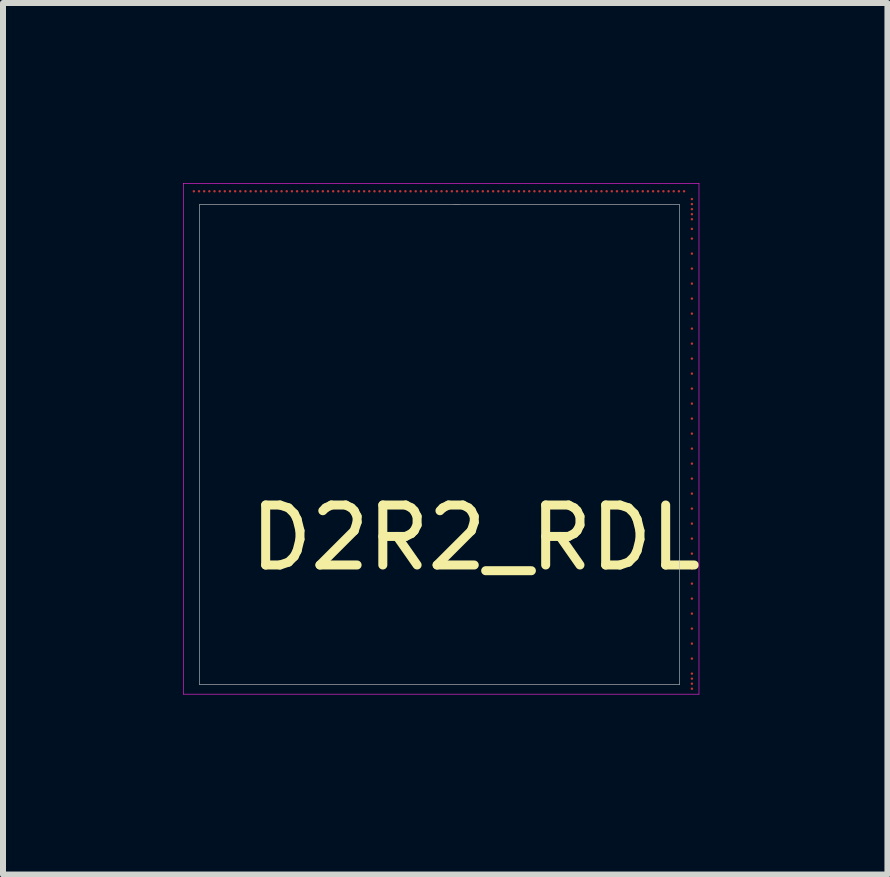
<source format=kicad_pcb>
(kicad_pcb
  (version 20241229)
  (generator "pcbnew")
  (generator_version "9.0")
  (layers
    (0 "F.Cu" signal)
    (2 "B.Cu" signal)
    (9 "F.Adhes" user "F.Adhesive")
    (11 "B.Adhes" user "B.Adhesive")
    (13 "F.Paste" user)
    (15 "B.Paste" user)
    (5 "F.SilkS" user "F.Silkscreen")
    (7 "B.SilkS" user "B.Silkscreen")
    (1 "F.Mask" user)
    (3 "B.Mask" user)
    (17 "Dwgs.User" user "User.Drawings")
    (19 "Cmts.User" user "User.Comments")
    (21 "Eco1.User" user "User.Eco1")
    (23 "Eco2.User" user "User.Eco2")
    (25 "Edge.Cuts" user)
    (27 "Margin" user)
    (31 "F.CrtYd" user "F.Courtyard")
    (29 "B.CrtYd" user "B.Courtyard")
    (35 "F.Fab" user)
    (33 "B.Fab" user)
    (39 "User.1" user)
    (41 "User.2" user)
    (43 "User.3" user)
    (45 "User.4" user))
  (footprint "D2R2_RDL"
    (layer "F.Cu")
    (at 4.168 4.302)
    (property "Reference" "D2R2_RDL" (at 0.71 1.61 0) (layer "F.SilkS") (effects (font (size 1 1) (thickness 0.15))))
    (attr through_hole)
    (fp_line (start -3.893 -3.943) (end 4.108 -3.941) (stroke (width 0.01) (type solid)) (layer "Dwgs.User"))
    (fp_line (start -3.892 4.059) (end -3.893 -3.943) (stroke (width 0.01) (type solid)) (layer "Dwgs.User"))
    (fp_line (start 4.108 -3.941) (end 4.108 4.059) (stroke (width 0.01) (type solid)) (layer "Dwgs.User"))
    (fp_line (start 4.108 4.059) (end -3.892 4.059) (stroke (width 0.01) (type solid)) (layer "Dwgs.User"))
    (fp_line (start -4.163 -4.297) (end 4.432 -4.297) (stroke (width 0.01) (type solid)) (layer "F.CrtYd"))
    (fp_line (start -4.163 4.218) (end -4.163 -4.297) (stroke (width 0.01) (type solid)) (layer "F.CrtYd"))
    (fp_line (start 4.432 -4.297) (end 4.432 4.219) (stroke (width 0.01) (type solid)) (layer "F.CrtYd"))
    (fp_line (start 4.432 4.218) (end -4.163 4.218) (stroke (width 0.01) (type solid)) (layer "F.CrtYd"))
    (pad "" smd rect (at -3.78 -3.806) (size 0.053 0.066) (layers "Eco1.User"))
    (pad "" smd rect (at -3.78 -3.556) (size 0.053 0.066) (layers "Eco1.User"))
    (pad "" smd rect (at -3.78 -3.306) (size 0.053 0.066) (layers "Eco1.User"))
    (pad "" smd rect (at -3.78 -3.056) (size 0.053 0.066) (layers "Eco1.User"))
    (pad "" smd rect (at -3.78 -2.806) (size 0.053 0.066) (layers "Eco1.User"))
    (pad "" smd rect (at -3.78 -2.556) (size 0.053 0.066) (layers "Eco1.User"))
    (pad "" smd rect (at -3.78 -2.306) (size 0.053 0.066) (layers "Eco1.User"))
    (pad "" smd rect (at -3.78 -2.056) (size 0.053 0.066) (layers "Eco1.User"))
    (pad "" smd rect (at -3.78 -1.806) (size 0.053 0.066) (layers "Eco1.User"))
    (pad "" smd rect (at -3.78 -1.556) (size 0.053 0.066) (layers "Eco1.User"))
    (pad "" smd rect (at -3.78 -1.306) (size 0.053 0.066) (layers "Eco1.User"))
    (pad "" smd rect (at -3.78 -1.056) (size 0.053 0.066) (layers "Eco1.User"))
    (pad "" smd rect (at -3.78 -0.806) (size 0.053 0.066) (layers "Eco1.User"))
    (pad "" smd rect (at -3.78 -0.556) (size 0.053 0.066) (layers "Eco1.User"))
    (pad "" smd rect (at -3.78 -0.306) (size 0.053 0.066) (layers "Eco1.User"))
    (pad "" smd rect (at -3.78 -0.056) (size 0.053 0.066) (layers "Eco1.User"))
    (pad "" smd rect (at -3.78 0.194) (size 0.053 0.066) (layers "Eco1.User"))
    (pad "" smd rect (at -3.78 0.444) (size 0.053 0.066) (layers "Eco1.User"))
    (pad "" smd rect (at -3.78 0.694) (size 0.053 0.066) (layers "Eco1.User"))
    (pad "" smd rect (at -3.78 0.944) (size 0.053 0.066) (layers "Eco1.User"))
    (pad "" smd rect (at -3.78 1.194) (size 0.053 0.066) (layers "Eco1.User"))
    (pad "" smd rect (at -3.78 1.444) (size 0.053 0.066) (layers "Eco1.User"))
    (pad "" smd rect (at -3.78 1.694) (size 0.053 0.066) (layers "Eco1.User"))
    (pad "" smd rect (at -3.78 1.944) (size 0.053 0.066) (layers "Eco1.User"))
    (pad "" smd rect (at -3.78 2.194) (size 0.053 0.066) (layers "Eco1.User"))
    (pad "" smd rect (at -3.78 2.444) (size 0.053 0.066) (layers "Eco1.User"))
    (pad "" smd rect (at -3.78 2.694) (size 0.053 0.066) (layers "Eco1.User"))
    (pad "" smd rect (at -3.78 2.944) (size 0.053 0.066) (layers "Eco1.User"))
    (pad "" smd rect (at -3.78 3.194) (size 0.053 0.066) (layers "Eco1.User"))
    (pad "" smd rect (at -3.78 3.444) (size 0.053 0.066) (layers "Eco1.User"))
    (pad "" smd rect (at -3.78 3.694) (size 0.053 0.066) (layers "Eco1.User"))
    (pad "" smd rect (at -3.78 3.944) (size 0.053 0.066) (layers "Eco1.User"))
    (pad "" smd rect (at -3.53 -3.806) (size 0.053 0.066) (layers "Eco1.User"))
    (pad "" smd rect (at -3.53 -3.556) (size 0.053 0.066) (layers "Eco1.User"))
    (pad "" smd rect (at -3.53 -3.306) (size 0.053 0.066) (layers "Eco1.User"))
    (pad "" smd rect (at -3.53 -3.056) (size 0.053 0.066) (layers "Eco1.User"))
    (pad "" smd rect (at -3.53 -2.806) (size 0.053 0.066) (layers "Eco1.User"))
    (pad "" smd rect (at -3.53 -2.556) (size 0.053 0.066) (layers "Eco1.User"))
    (pad "" smd rect (at -3.53 -2.306) (size 0.053 0.066) (layers "Eco1.User"))
    (pad "" smd rect (at -3.53 -2.056) (size 0.053 0.066) (layers "Eco1.User"))
    (pad "" smd rect (at -3.53 -1.806) (size 0.053 0.066) (layers "Eco1.User"))
    (pad "" smd rect (at -3.53 -1.556) (size 0.053 0.066) (layers "Eco1.User"))
    (pad "" smd rect (at -3.53 -1.306) (size 0.053 0.066) (layers "Eco1.User"))
    (pad "" smd rect (at -3.53 -1.056) (size 0.053 0.066) (layers "Eco1.User"))
    (pad "" smd rect (at -3.53 -0.806) (size 0.053 0.066) (layers "Eco1.User"))
    (pad "" smd rect (at -3.53 -0.556) (size 0.053 0.066) (layers "Eco1.User"))
    (pad "" smd rect (at -3.53 -0.306) (size 0.053 0.066) (layers "Eco1.User"))
    (pad "" smd rect (at -3.53 -0.056) (size 0.053 0.066) (layers "Eco1.User"))
    (pad "" smd rect (at -3.53 0.194) (size 0.053 0.066) (layers "Eco1.User"))
    (pad "" smd rect (at -3.53 0.444) (size 0.053 0.066) (layers "Eco1.User"))
    (pad "" smd rect (at -3.53 0.694) (size 0.053 0.066) (layers "Eco1.User"))
    (pad "" smd rect (at -3.53 0.944) (size 0.053 0.066) (layers "Eco1.User"))
    (pad "" smd rect (at -3.53 1.194) (size 0.053 0.066) (layers "Eco1.User"))
    (pad "" smd rect (at -3.53 1.444) (size 0.053 0.066) (layers "Eco1.User"))
    (pad "" smd rect (at -3.53 1.694) (size 0.053 0.066) (layers "Eco1.User"))
    (pad "" smd rect (at -3.53 1.944) (size 0.053 0.066) (layers "Eco1.User"))
    (pad "" smd rect (at -3.53 2.194) (size 0.053 0.066) (layers "Eco1.User"))
    (pad "" smd rect (at -3.53 2.444) (size 0.053 0.066) (layers "Eco1.User"))
    (pad "" smd rect (at -3.53 2.694) (size 0.053 0.066) (layers "Eco1.User"))
    (pad "" smd rect (at -3.53 2.944) (size 0.053 0.066) (layers "Eco1.User"))
    (pad "" smd rect (at -3.53 3.194) (size 0.053 0.066) (layers "Eco1.User"))
    (pad "" smd rect (at -3.53 3.444) (size 0.053 0.066) (layers "Eco1.User"))
    (pad "" smd rect (at -3.53 3.694) (size 0.053 0.066) (layers "Eco1.User"))
    (pad "" smd rect (at -3.53 3.944) (size 0.053 0.066) (layers "Eco1.User"))
    (pad "" smd rect (at -3.28 -3.806) (size 0.053 0.066) (layers "Eco1.User"))
    (pad "" smd rect (at -3.28 -3.556) (size 0.053 0.066) (layers "Eco1.User"))
    (pad "" smd rect (at -3.28 -3.306) (size 0.053 0.066) (layers "Eco1.User"))
    (pad "" smd rect (at -3.28 -3.056) (size 0.053 0.066) (layers "Eco1.User"))
    (pad "" smd rect (at -3.28 -2.806) (size 0.053 0.066) (layers "Eco1.User"))
    (pad "" smd rect (at -3.28 -2.556) (size 0.053 0.066) (layers "Eco1.User"))
    (pad "" smd rect (at -3.28 -2.306) (size 0.053 0.066) (layers "Eco1.User"))
    (pad "" smd rect (at -3.28 -2.056) (size 0.053 0.066) (layers "Eco1.User"))
    (pad "" smd rect (at -3.28 -1.806) (size 0.053 0.066) (layers "Eco1.User"))
    (pad "" smd rect (at -3.28 -1.556) (size 0.053 0.066) (layers "Eco1.User"))
    (pad "" smd rect (at -3.28 -1.306) (size 0.053 0.066) (layers "Eco1.User"))
    (pad "" smd rect (at -3.28 -1.056) (size 0.053 0.066) (layers "Eco1.User"))
    (pad "" smd rect (at -3.28 -0.806) (size 0.053 0.066) (layers "Eco1.User"))
    (pad "" smd rect (at -3.28 -0.556) (size 0.053 0.066) (layers "Eco1.User"))
    (pad "" smd rect (at -3.28 -0.306) (size 0.053 0.066) (layers "Eco1.User"))
    (pad "" smd rect (at -3.28 -0.056) (size 0.053 0.066) (layers "Eco1.User"))
    (pad "" smd rect (at -3.28 0.194) (size 0.053 0.066) (layers "Eco1.User"))
    (pad "" smd rect (at -3.28 0.444) (size 0.053 0.066) (layers "Eco1.User"))
    (pad "" smd rect (at -3.28 0.694) (size 0.053 0.066) (layers "Eco1.User"))
    (pad "" smd rect (at -3.28 0.944) (size 0.053 0.066) (layers "Eco1.User"))
    (pad "" smd rect (at -3.28 1.194) (size 0.053 0.066) (layers "Eco1.User"))
    (pad "" smd rect (at -3.28 1.444) (size 0.053 0.066) (layers "Eco1.User"))
    (pad "" smd rect (at -3.28 1.694) (size 0.053 0.066) (layers "Eco1.User"))
    (pad "" smd rect (at -3.28 1.944) (size 0.053 0.066) (layers "Eco1.User"))
    (pad "" smd rect (at -3.28 2.194) (size 0.053 0.066) (layers "Eco1.User"))
    (pad "" smd rect (at -3.28 2.444) (size 0.053 0.066) (layers "Eco1.User"))
    (pad "" smd rect (at -3.28 2.694) (size 0.053 0.066) (layers "Eco1.User"))
    (pad "" smd rect (at -3.28 2.944) (size 0.053 0.066) (layers "Eco1.User"))
    (pad "" smd rect (at -3.28 3.194) (size 0.053 0.066) (layers "Eco1.User"))
    (pad "" smd rect (at -3.28 3.444) (size 0.053 0.066) (layers "Eco1.User"))
    (pad "" smd rect (at -3.28 3.694) (size 0.053 0.066) (layers "Eco1.User"))
    (pad "" smd rect (at -3.28 3.944) (size 0.053 0.066) (layers "Eco1.User"))
    (pad "" smd rect (at -3.03 -3.806) (size 0.053 0.066) (layers "Eco1.User"))
    (pad "" smd rect (at -3.03 -3.556) (size 0.053 0.066) (layers "Eco1.User"))
    (pad "" smd rect (at -3.03 -3.306) (size 0.053 0.066) (layers "Eco1.User"))
    (pad "" smd rect (at -3.03 -3.056) (size 0.053 0.066) (layers "Eco1.User"))
    (pad "" smd rect (at -3.03 -2.806) (size 0.053 0.066) (layers "Eco1.User"))
    (pad "" smd rect (at -3.03 -2.556) (size 0.053 0.066) (layers "Eco1.User"))
    (pad "" smd rect (at -3.03 -2.306) (size 0.053 0.066) (layers "Eco1.User"))
    (pad "" smd rect (at -3.03 -2.056) (size 0.053 0.066) (layers "Eco1.User"))
    (pad "" smd rect (at -3.03 -1.806) (size 0.053 0.066) (layers "Eco1.User"))
    (pad "" smd rect (at -3.03 -1.556) (size 0.053 0.066) (layers "Eco1.User"))
    (pad "" smd rect (at -3.03 -1.306) (size 0.053 0.066) (layers "Eco1.User"))
    (pad "" smd rect (at -3.03 -1.056) (size 0.053 0.066) (layers "Eco1.User"))
    (pad "" smd rect (at -3.03 -0.806) (size 0.053 0.066) (layers "Eco1.User"))
    (pad "" smd rect (at -3.03 -0.556) (size 0.053 0.066) (layers "Eco1.User"))
    (pad "" smd rect (at -3.03 -0.306) (size 0.053 0.066) (layers "Eco1.User"))
    (pad "" smd rect (at -3.03 -0.056) (size 0.053 0.066) (layers "Eco1.User"))
    (pad "" smd rect (at -3.03 0.194) (size 0.053 0.066) (layers "Eco1.User"))
    (pad "" smd rect (at -3.03 0.444) (size 0.053 0.066) (layers "Eco1.User"))
    (pad "" smd rect (at -3.03 0.694) (size 0.053 0.066) (layers "Eco1.User"))
    (pad "" smd rect (at -3.03 0.944) (size 0.053 0.066) (layers "Eco1.User"))
    (pad "" smd rect (at -3.03 1.194) (size 0.053 0.066) (layers "Eco1.User"))
    (pad "" smd rect (at -3.03 1.444) (size 0.053 0.066) (layers "Eco1.User"))
    (pad "" smd rect (at -3.03 1.694) (size 0.053 0.066) (layers "Eco1.User"))
    (pad "" smd rect (at -3.03 1.944) (size 0.053 0.066) (layers "Eco1.User"))
    (pad "" smd rect (at -3.03 2.194) (size 0.053 0.066) (layers "Eco1.User"))
    (pad "" smd rect (at -3.03 2.444) (size 0.053 0.066) (layers "Eco1.User"))
    (pad "" smd rect (at -3.03 2.694) (size 0.053 0.066) (layers "Eco1.User"))
    (pad "" smd rect (at -3.03 2.944) (size 0.053 0.066) (layers "Eco1.User"))
    (pad "" smd rect (at -3.03 3.194) (size 0.053 0.066) (layers "Eco1.User"))
    (pad "" smd rect (at -3.03 3.444) (size 0.053 0.066) (layers "Eco1.User"))
    (pad "" smd rect (at -3.03 3.694) (size 0.053 0.066) (layers "Eco1.User"))
    (pad "" smd rect (at -3.03 3.944) (size 0.053 0.066) (layers "Eco1.User"))
    (pad "" smd rect (at -2.78 -3.806) (size 0.053 0.066) (layers "Eco1.User"))
    (pad "" smd rect (at -2.78 -3.556) (size 0.053 0.066) (layers "Eco1.User"))
    (pad "" smd rect (at -2.78 -3.306) (size 0.053 0.066) (layers "Eco1.User"))
    (pad "" smd rect (at -2.78 -3.056) (size 0.053 0.066) (layers "Eco1.User"))
    (pad "" smd rect (at -2.78 -2.806) (size 0.053 0.066) (layers "Eco1.User"))
    (pad "" smd rect (at -2.78 -2.556) (size 0.053 0.066) (layers "Eco1.User"))
    (pad "" smd rect (at -2.78 -2.306) (size 0.053 0.066) (layers "Eco1.User"))
    (pad "" smd rect (at -2.78 -2.056) (size 0.053 0.066) (layers "Eco1.User"))
    (pad "" smd rect (at -2.78 -1.806) (size 0.053 0.066) (layers "Eco1.User"))
    (pad "" smd rect (at -2.78 -1.556) (size 0.053 0.066) (layers "Eco1.User"))
    (pad "" smd rect (at -2.78 -1.306) (size 0.053 0.066) (layers "Eco1.User"))
    (pad "" smd rect (at -2.78 -1.056) (size 0.053 0.066) (layers "Eco1.User"))
    (pad "" smd rect (at -2.78 -0.806) (size 0.053 0.066) (layers "Eco1.User"))
    (pad "" smd rect (at -2.78 -0.556) (size 0.053 0.066) (layers "Eco1.User"))
    (pad "" smd rect (at -2.78 -0.306) (size 0.053 0.066) (layers "Eco1.User"))
    (pad "" smd rect (at -2.78 -0.056) (size 0.053 0.066) (layers "Eco1.User"))
    (pad "" smd rect (at -2.78 0.194) (size 0.053 0.066) (layers "Eco1.User"))
    (pad "" smd rect (at -2.78 0.444) (size 0.053 0.066) (layers "Eco1.User"))
    (pad "" smd rect (at -2.78 0.694) (size 0.053 0.066) (layers "Eco1.User"))
    (pad "" smd rect (at -2.78 0.944) (size 0.053 0.066) (layers "Eco1.User"))
    (pad "" smd rect (at -2.78 1.194) (size 0.053 0.066) (layers "Eco1.User"))
    (pad "" smd rect (at -2.78 1.444) (size 0.053 0.066) (layers "Eco1.User"))
    (pad "" smd rect (at -2.78 1.694) (size 0.053 0.066) (layers "Eco1.User"))
    (pad "" smd rect (at -2.78 1.944) (size 0.053 0.066) (layers "Eco1.User"))
    (pad "" smd rect (at -2.78 2.194) (size 0.053 0.066) (layers "Eco1.User"))
    (pad "" smd rect (at -2.78 2.444) (size 0.053 0.066) (layers "Eco1.User"))
    (pad "" smd rect (at -2.78 2.694) (size 0.053 0.066) (layers "Eco1.User"))
    (pad "" smd rect (at -2.78 2.944) (size 0.053 0.066) (layers "Eco1.User"))
    (pad "" smd rect (at -2.78 3.194) (size 0.053 0.066) (layers "Eco1.User"))
    (pad "" smd rect (at -2.78 3.444) (size 0.053 0.066) (layers "Eco1.User"))
    (pad "" smd rect (at -2.78 3.694) (size 0.053 0.066) (layers "Eco1.User"))
    (pad "" smd rect (at -2.78 3.944) (size 0.053 0.066) (layers "Eco1.User"))
    (pad "" smd rect (at -2.53 -3.806) (size 0.053 0.066) (layers "Eco1.User"))
    (pad "" smd rect (at -2.53 -3.556) (size 0.053 0.066) (layers "Eco1.User"))
    (pad "" smd rect (at -2.53 -3.306) (size 0.053 0.066) (layers "Eco1.User"))
    (pad "" smd rect (at -2.53 -3.056) (size 0.053 0.066) (layers "Eco1.User"))
    (pad "" smd rect (at -2.53 -2.806) (size 0.053 0.066) (layers "Eco1.User"))
    (pad "" smd rect (at -2.53 -2.556) (size 0.053 0.066) (layers "Eco1.User"))
    (pad "" smd rect (at -2.53 -2.306) (size 0.053 0.066) (layers "Eco1.User"))
    (pad "" smd rect (at -2.53 -2.056) (size 0.053 0.066) (layers "Eco1.User"))
    (pad "" smd rect (at -2.53 -1.806) (size 0.053 0.066) (layers "Eco1.User"))
    (pad "" smd rect (at -2.53 -1.556) (size 0.053 0.066) (layers "Eco1.User"))
    (pad "" smd rect (at -2.53 -1.306) (size 0.053 0.066) (layers "Eco1.User"))
    (pad "" smd rect (at -2.53 -1.056) (size 0.053 0.066) (layers "Eco1.User"))
    (pad "" smd rect (at -2.53 -0.806) (size 0.053 0.066) (layers "Eco1.User"))
    (pad "" smd rect (at -2.53 -0.556) (size 0.053 0.066) (layers "Eco1.User"))
    (pad "" smd rect (at -2.53 -0.306) (size 0.053 0.066) (layers "Eco1.User"))
    (pad "" smd rect (at -2.53 -0.056) (size 0.053 0.066) (layers "Eco1.User"))
    (pad "" smd rect (at -2.53 0.194) (size 0.053 0.066) (layers "Eco1.User"))
    (pad "" smd rect (at -2.53 0.444) (size 0.053 0.066) (layers "Eco1.User"))
    (pad "" smd rect (at -2.53 0.694) (size 0.053 0.066) (layers "Eco1.User"))
    (pad "" smd rect (at -2.53 0.944) (size 0.053 0.066) (layers "Eco1.User"))
    (pad "" smd rect (at -2.53 1.194) (size 0.053 0.066) (layers "Eco1.User"))
    (pad "" smd rect (at -2.53 1.444) (size 0.053 0.066) (layers "Eco1.User"))
    (pad "" smd rect (at -2.53 1.694) (size 0.053 0.066) (layers "Eco1.User"))
    (pad "" smd rect (at -2.53 1.944) (size 0.053 0.066) (layers "Eco1.User"))
    (pad "" smd rect (at -2.53 2.194) (size 0.053 0.066) (layers "Eco1.User"))
    (pad "" smd rect (at -2.53 2.444) (size 0.053 0.066) (layers "Eco1.User"))
    (pad "" smd rect (at -2.53 2.694) (size 0.053 0.066) (layers "Eco1.User"))
    (pad "" smd rect (at -2.53 2.944) (size 0.053 0.066) (layers "Eco1.User"))
    (pad "" smd rect (at -2.53 3.194) (size 0.053 0.066) (layers "Eco1.User"))
    (pad "" smd rect (at -2.53 3.444) (size 0.053 0.066) (layers "Eco1.User"))
    (pad "" smd rect (at -2.53 3.694) (size 0.053 0.066) (layers "Eco1.User"))
    (pad "" smd rect (at -2.53 3.944) (size 0.053 0.066) (layers "Eco1.User"))
    (pad "" smd rect (at -2.28 -3.806) (size 0.053 0.066) (layers "Eco1.User"))
    (pad "" smd rect (at -2.28 -3.556) (size 0.053 0.066) (layers "Eco1.User"))
    (pad "" smd rect (at -2.28 -3.306) (size 0.053 0.066) (layers "Eco1.User"))
    (pad "" smd rect (at -2.28 -3.056) (size 0.053 0.066) (layers "Eco1.User"))
    (pad "" smd rect (at -2.28 -2.806) (size 0.053 0.066) (layers "Eco1.User"))
    (pad "" smd rect (at -2.28 -2.556) (size 0.053 0.066) (layers "Eco1.User"))
    (pad "" smd rect (at -2.28 -2.306) (size 0.053 0.066) (layers "Eco1.User"))
    (pad "" smd rect (at -2.28 -2.056) (size 0.053 0.066) (layers "Eco1.User"))
    (pad "" smd rect (at -2.28 -1.806) (size 0.053 0.066) (layers "Eco1.User"))
    (pad "" smd rect (at -2.28 -1.556) (size 0.053 0.066) (layers "Eco1.User"))
    (pad "" smd rect (at -2.28 -1.306) (size 0.053 0.066) (layers "Eco1.User"))
    (pad "" smd rect (at -2.28 -1.056) (size 0.053 0.066) (layers "Eco1.User"))
    (pad "" smd rect (at -2.28 -0.806) (size 0.053 0.066) (layers "Eco1.User"))
    (pad "" smd rect (at -2.28 -0.556) (size 0.053 0.066) (layers "Eco1.User"))
    (pad "" smd rect (at -2.28 -0.306) (size 0.053 0.066) (layers "Eco1.User"))
    (pad "" smd rect (at -2.28 -0.056) (size 0.053 0.066) (layers "Eco1.User"))
    (pad "" smd rect (at -2.28 0.194) (size 0.053 0.066) (layers "Eco1.User"))
    (pad "" smd rect (at -2.28 0.444) (size 0.053 0.066) (layers "Eco1.User"))
    (pad "" smd rect (at -2.28 0.694) (size 0.053 0.066) (layers "Eco1.User"))
    (pad "" smd rect (at -2.28 0.944) (size 0.053 0.066) (layers "Eco1.User"))
    (pad "" smd rect (at -2.28 1.194) (size 0.053 0.066) (layers "Eco1.User"))
    (pad "" smd rect (at -2.28 1.444) (size 0.053 0.066) (layers "Eco1.User"))
    (pad "" smd rect (at -2.28 1.694) (size 0.053 0.066) (layers "Eco1.User"))
    (pad "" smd rect (at -2.28 1.944) (size 0.053 0.066) (layers "Eco1.User"))
    (pad "" smd rect (at -2.28 2.194) (size 0.053 0.066) (layers "Eco1.User"))
    (pad "" smd rect (at -2.28 2.444) (size 0.053 0.066) (layers "Eco1.User"))
    (pad "" smd rect (at -2.28 2.694) (size 0.053 0.066) (layers "Eco1.User"))
    (pad "" smd rect (at -2.28 2.944) (size 0.053 0.066) (layers "Eco1.User"))
    (pad "" smd rect (at -2.28 3.194) (size 0.053 0.066) (layers "Eco1.User"))
    (pad "" smd rect (at -2.28 3.444) (size 0.053 0.066) (layers "Eco1.User"))
    (pad "" smd rect (at -2.28 3.694) (size 0.053 0.066) (layers "Eco1.User"))
    (pad "" smd rect (at -2.28 3.944) (size 0.053 0.066) (layers "Eco1.User"))
    (pad "" smd rect (at -2.03 -3.806) (size 0.053 0.066) (layers "Eco1.User"))
    (pad "" smd rect (at -2.03 -3.556) (size 0.053 0.066) (layers "Eco1.User"))
    (pad "" smd rect (at -2.03 -3.306) (size 0.053 0.066) (layers "Eco1.User"))
    (pad "" smd rect (at -2.03 -3.056) (size 0.053 0.066) (layers "Eco1.User"))
    (pad "" smd rect (at -2.03 -2.806) (size 0.053 0.066) (layers "Eco1.User"))
    (pad "" smd rect (at -2.03 -2.556) (size 0.053 0.066) (layers "Eco1.User"))
    (pad "" smd rect (at -2.03 -2.306) (size 0.053 0.066) (layers "Eco1.User"))
    (pad "" smd rect (at -2.03 -2.056) (size 0.053 0.066) (layers "Eco1.User"))
    (pad "" smd rect (at -2.03 -1.806) (size 0.053 0.066) (layers "Eco1.User"))
    (pad "" smd rect (at -2.03 -1.556) (size 0.053 0.066) (layers "Eco1.User"))
    (pad "" smd rect (at -2.03 -1.306) (size 0.053 0.066) (layers "Eco1.User"))
    (pad "" smd rect (at -2.03 -1.056) (size 0.053 0.066) (layers "Eco1.User"))
    (pad "" smd rect (at -2.03 -0.806) (size 0.053 0.066) (layers "Eco1.User"))
    (pad "" smd rect (at -2.03 -0.556) (size 0.053 0.066) (layers "Eco1.User"))
    (pad "" smd rect (at -2.03 -0.306) (size 0.053 0.066) (layers "Eco1.User"))
    (pad "" smd rect (at -2.03 -0.056) (size 0.053 0.066) (layers "Eco1.User"))
    (pad "" smd rect (at -2.03 0.194) (size 0.053 0.066) (layers "Eco1.User"))
    (pad "" smd rect (at -2.03 0.444) (size 0.053 0.066) (layers "Eco1.User"))
    (pad "" smd rect (at -2.03 0.694) (size 0.053 0.066) (layers "Eco1.User"))
    (pad "" smd rect (at -2.03 0.944) (size 0.053 0.066) (layers "Eco1.User"))
    (pad "" smd rect (at -2.03 1.194) (size 0.053 0.066) (layers "Eco1.User"))
    (pad "" smd rect (at -2.03 1.444) (size 0.053 0.066) (layers "Eco1.User"))
    (pad "" smd rect (at -2.03 1.694) (size 0.053 0.066) (layers "Eco1.User"))
    (pad "" smd rect (at -2.03 1.944) (size 0.053 0.066) (layers "Eco1.User"))
    (pad "" smd rect (at -2.03 2.194) (size 0.053 0.066) (layers "Eco1.User"))
    (pad "" smd rect (at -2.03 2.444) (size 0.053 0.066) (layers "Eco1.User"))
    (pad "" smd rect (at -2.03 2.694) (size 0.053 0.066) (layers "Eco1.User"))
    (pad "" smd rect (at -2.03 2.944) (size 0.053 0.066) (layers "Eco1.User"))
    (pad "" smd rect (at -2.03 3.194) (size 0.053 0.066) (layers "Eco1.User"))
    (pad "" smd rect (at -2.03 3.444) (size 0.053 0.066) (layers "Eco1.User"))
    (pad "" smd rect (at -2.03 3.694) (size 0.053 0.066) (layers "Eco1.User"))
    (pad "" smd rect (at -2.03 3.944) (size 0.053 0.066) (layers "Eco1.User"))
    (pad "" smd rect (at -1.78 -3.806) (size 0.053 0.066) (layers "Eco1.User"))
    (pad "" smd rect (at -1.78 -3.556) (size 0.053 0.066) (layers "Eco1.User"))
    (pad "" smd rect (at -1.78 -3.306) (size 0.053 0.066) (layers "Eco1.User"))
    (pad "" smd rect (at -1.78 -3.056) (size 0.053 0.066) (layers "Eco1.User"))
    (pad "" smd rect (at -1.78 -2.806) (size 0.053 0.066) (layers "Eco1.User"))
    (pad "" smd rect (at -1.78 -2.556) (size 0.053 0.066) (layers "Eco1.User"))
    (pad "" smd rect (at -1.78 -2.306) (size 0.053 0.066) (layers "Eco1.User"))
    (pad "" smd rect (at -1.78 -2.056) (size 0.053 0.066) (layers "Eco1.User"))
    (pad "" smd rect (at -1.78 -1.806) (size 0.053 0.066) (layers "Eco1.User"))
    (pad "" smd rect (at -1.78 -1.556) (size 0.053 0.066) (layers "Eco1.User"))
    (pad "" smd rect (at -1.78 -1.306) (size 0.053 0.066) (layers "Eco1.User"))
    (pad "" smd rect (at -1.78 -1.056) (size 0.053 0.066) (layers "Eco1.User"))
    (pad "" smd rect (at -1.78 -0.806) (size 0.053 0.066) (layers "Eco1.User"))
    (pad "" smd rect (at -1.78 -0.556) (size 0.053 0.066) (layers "Eco1.User"))
    (pad "" smd rect (at -1.78 -0.306) (size 0.053 0.066) (layers "Eco1.User"))
    (pad "" smd rect (at -1.78 -0.056) (size 0.053 0.066) (layers "Eco1.User"))
    (pad "" smd rect (at -1.78 0.194) (size 0.053 0.066) (layers "Eco1.User"))
    (pad "" smd rect (at -1.78 0.444) (size 0.053 0.066) (layers "Eco1.User"))
    (pad "" smd rect (at -1.78 0.694) (size 0.053 0.066) (layers "Eco1.User"))
    (pad "" smd rect (at -1.78 0.944) (size 0.053 0.066) (layers "Eco1.User"))
    (pad "" smd rect (at -1.78 1.194) (size 0.053 0.066) (layers "Eco1.User"))
    (pad "" smd rect (at -1.78 1.444) (size 0.053 0.066) (layers "Eco1.User"))
    (pad "" smd rect (at -1.78 1.694) (size 0.053 0.066) (layers "Eco1.User"))
    (pad "" smd rect (at -1.78 1.944) (size 0.053 0.066) (layers "Eco1.User"))
    (pad "" smd rect (at -1.78 2.194) (size 0.053 0.066) (layers "Eco1.User"))
    (pad "" smd rect (at -1.78 2.444) (size 0.053 0.066) (layers "Eco1.User"))
    (pad "" smd rect (at -1.78 2.694) (size 0.053 0.066) (layers "Eco1.User"))
    (pad "" smd rect (at -1.78 2.944) (size 0.053 0.066) (layers "Eco1.User"))
    (pad "" smd rect (at -1.78 3.194) (size 0.053 0.066) (layers "Eco1.User"))
    (pad "" smd rect (at -1.78 3.444) (size 0.053 0.066) (layers "Eco1.User"))
    (pad "" smd rect (at -1.78 3.694) (size 0.053 0.066) (layers "Eco1.User"))
    (pad "" smd rect (at -1.78 3.944) (size 0.053 0.066) (layers "Eco1.User"))
    (pad "" smd rect (at -1.53 -3.806) (size 0.053 0.066) (layers "Eco1.User"))
    (pad "" smd rect (at -1.53 -3.556) (size 0.053 0.066) (layers "Eco1.User"))
    (pad "" smd rect (at -1.53 -3.306) (size 0.053 0.066) (layers "Eco1.User"))
    (pad "" smd rect (at -1.53 -3.056) (size 0.053 0.066) (layers "Eco1.User"))
    (pad "" smd rect (at -1.53 -2.806) (size 0.053 0.066) (layers "Eco1.User"))
    (pad "" smd rect (at -1.53 -2.556) (size 0.053 0.066) (layers "Eco1.User"))
    (pad "" smd rect (at -1.53 -2.306) (size 0.053 0.066) (layers "Eco1.User"))
    (pad "" smd rect (at -1.53 -2.056) (size 0.053 0.066) (layers "Eco1.User"))
    (pad "" smd rect (at -1.53 -1.806) (size 0.053 0.066) (layers "Eco1.User"))
    (pad "" smd rect (at -1.53 -1.556) (size 0.053 0.066) (layers "Eco1.User"))
    (pad "" smd rect (at -1.53 -1.306) (size 0.053 0.066) (layers "Eco1.User"))
    (pad "" smd rect (at -1.53 -1.056) (size 0.053 0.066) (layers "Eco1.User"))
    (pad "" smd rect (at -1.53 -0.806) (size 0.053 0.066) (layers "Eco1.User"))
    (pad "" smd rect (at -1.53 -0.556) (size 0.053 0.066) (layers "Eco1.User"))
    (pad "" smd rect (at -1.53 -0.306) (size 0.053 0.066) (layers "Eco1.User"))
    (pad "" smd rect (at -1.53 -0.056) (size 0.053 0.066) (layers "Eco1.User"))
    (pad "" smd rect (at -1.53 0.194) (size 0.053 0.066) (layers "Eco1.User"))
    (pad "" smd rect (at -1.53 0.444) (size 0.053 0.066) (layers "Eco1.User"))
    (pad "" smd rect (at -1.53 0.694) (size 0.053 0.066) (layers "Eco1.User"))
    (pad "" smd rect (at -1.53 0.944) (size 0.053 0.066) (layers "Eco1.User"))
    (pad "" smd rect (at -1.53 1.194) (size 0.053 0.066) (layers "Eco1.User"))
    (pad "" smd rect (at -1.53 1.444) (size 0.053 0.066) (layers "Eco1.User"))
    (pad "" smd rect (at -1.53 1.694) (size 0.053 0.066) (layers "Eco1.User"))
    (pad "" smd rect (at -1.53 1.944) (size 0.053 0.066) (layers "Eco1.User"))
    (pad "" smd rect (at -1.53 2.194) (size 0.053 0.066) (layers "Eco1.User"))
    (pad "" smd rect (at -1.53 2.444) (size 0.053 0.066) (layers "Eco1.User"))
    (pad "" smd rect (at -1.53 2.694) (size 0.053 0.066) (layers "Eco1.User"))
    (pad "" smd rect (at -1.53 2.944) (size 0.053 0.066) (layers "Eco1.User"))
    (pad "" smd rect (at -1.53 3.194) (size 0.053 0.066) (layers "Eco1.User"))
    (pad "" smd rect (at -1.53 3.444) (size 0.053 0.066) (layers "Eco1.User"))
    (pad "" smd rect (at -1.53 3.694) (size 0.053 0.066) (layers "Eco1.User"))
    (pad "" smd rect (at -1.53 3.944) (size 0.053 0.066) (layers "Eco1.User"))
    (pad "" smd rect (at -1.28 -3.806) (size 0.053 0.066) (layers "Eco1.User"))
    (pad "" smd rect (at -1.28 -3.556) (size 0.053 0.066) (layers "Eco1.User"))
    (pad "" smd rect (at -1.28 -3.306) (size 0.053 0.066) (layers "Eco1.User"))
    (pad "" smd rect (at -1.28 -3.056) (size 0.053 0.066) (layers "Eco1.User"))
    (pad "" smd rect (at -1.28 -2.806) (size 0.053 0.066) (layers "Eco1.User"))
    (pad "" smd rect (at -1.28 -2.556) (size 0.053 0.066) (layers "Eco1.User"))
    (pad "" smd rect (at -1.28 -2.306) (size 0.053 0.066) (layers "Eco1.User"))
    (pad "" smd rect (at -1.28 -2.056) (size 0.053 0.066) (layers "Eco1.User"))
    (pad "" smd rect (at -1.28 -1.806) (size 0.053 0.066) (layers "Eco1.User"))
    (pad "" smd rect (at -1.28 -1.556) (size 0.053 0.066) (layers "Eco1.User"))
    (pad "" smd rect (at -1.28 -1.306) (size 0.053 0.066) (layers "Eco1.User"))
    (pad "" smd rect (at -1.28 -1.056) (size 0.053 0.066) (layers "Eco1.User"))
    (pad "" smd rect (at -1.28 -0.806) (size 0.053 0.066) (layers "Eco1.User"))
    (pad "" smd rect (at -1.28 -0.556) (size 0.053 0.066) (layers "Eco1.User"))
    (pad "" smd rect (at -1.28 -0.306) (size 0.053 0.066) (layers "Eco1.User"))
    (pad "" smd rect (at -1.28 -0.056) (size 0.053 0.066) (layers "Eco1.User"))
    (pad "" smd rect (at -1.28 0.194) (size 0.053 0.066) (layers "Eco1.User"))
    (pad "" smd rect (at -1.28 0.444) (size 0.053 0.066) (layers "Eco1.User"))
    (pad "" smd rect (at -1.28 0.694) (size 0.053 0.066) (layers "Eco1.User"))
    (pad "" smd rect (at -1.28 0.944) (size 0.053 0.066) (layers "Eco1.User"))
    (pad "" smd rect (at -1.28 1.194) (size 0.053 0.066) (layers "Eco1.User"))
    (pad "" smd rect (at -1.28 1.444) (size 0.053 0.066) (layers "Eco1.User"))
    (pad "" smd rect (at -1.28 1.694) (size 0.053 0.066) (layers "Eco1.User"))
    (pad "" smd rect (at -1.28 1.944) (size 0.053 0.066) (layers "Eco1.User"))
    (pad "" smd rect (at -1.28 2.194) (size 0.053 0.066) (layers "Eco1.User"))
    (pad "" smd rect (at -1.28 2.444) (size 0.053 0.066) (layers "Eco1.User"))
    (pad "" smd rect (at -1.28 2.694) (size 0.053 0.066) (layers "Eco1.User"))
    (pad "" smd rect (at -1.28 2.944) (size 0.053 0.066) (layers "Eco1.User"))
    (pad "" smd rect (at -1.28 3.194) (size 0.053 0.066) (layers "Eco1.User"))
    (pad "" smd rect (at -1.28 3.444) (size 0.053 0.066) (layers "Eco1.User"))
    (pad "" smd rect (at -1.28 3.694) (size 0.053 0.066) (layers "Eco1.User"))
    (pad "" smd rect (at -1.28 3.944) (size 0.053 0.066) (layers "Eco1.User"))
    (pad "" smd rect (at -1.03 -3.806) (size 0.053 0.066) (layers "Eco1.User"))
    (pad "" smd rect (at -1.03 -3.556) (size 0.053 0.066) (layers "Eco1.User"))
    (pad "" smd rect (at -1.03 -3.306) (size 0.053 0.066) (layers "Eco1.User"))
    (pad "" smd rect (at -1.03 -3.056) (size 0.053 0.066) (layers "Eco1.User"))
    (pad "" smd rect (at -1.03 -2.806) (size 0.053 0.066) (layers "Eco1.User"))
    (pad "" smd rect (at -1.03 -2.556) (size 0.053 0.066) (layers "Eco1.User"))
    (pad "" smd rect (at -1.03 -2.306) (size 0.053 0.066) (layers "Eco1.User"))
    (pad "" smd rect (at -1.03 -2.056) (size 0.053 0.066) (layers "Eco1.User"))
    (pad "" smd rect (at -1.03 -1.806) (size 0.053 0.066) (layers "Eco1.User"))
    (pad "" smd rect (at -1.03 -1.556) (size 0.053 0.066) (layers "Eco1.User"))
    (pad "" smd rect (at -1.03 -1.306) (size 0.053 0.066) (layers "Eco1.User"))
    (pad "" smd rect (at -1.03 -1.056) (size 0.053 0.066) (layers "Eco1.User"))
    (pad "" smd rect (at -1.03 -0.806) (size 0.053 0.066) (layers "Eco1.User"))
    (pad "" smd rect (at -1.03 -0.556) (size 0.053 0.066) (layers "Eco1.User"))
    (pad "" smd rect (at -1.03 -0.306) (size 0.053 0.066) (layers "Eco1.User"))
    (pad "" smd rect (at -1.03 -0.056) (size 0.053 0.066) (layers "Eco1.User"))
    (pad "" smd rect (at -1.03 0.194) (size 0.053 0.066) (layers "Eco1.User"))
    (pad "" smd rect (at -1.03 0.444) (size 0.053 0.066) (layers "Eco1.User"))
    (pad "" smd rect (at -1.03 0.694) (size 0.053 0.066) (layers "Eco1.User"))
    (pad "" smd rect (at -1.03 0.944) (size 0.053 0.066) (layers "Eco1.User"))
    (pad "" smd rect (at -1.03 1.194) (size 0.053 0.066) (layers "Eco1.User"))
    (pad "" smd rect (at -1.03 1.444) (size 0.053 0.066) (layers "Eco1.User"))
    (pad "" smd rect (at -1.03 1.694) (size 0.053 0.066) (layers "Eco1.User"))
    (pad "" smd rect (at -1.03 1.944) (size 0.053 0.066) (layers "Eco1.User"))
    (pad "" smd rect (at -1.03 2.194) (size 0.053 0.066) (layers "Eco1.User"))
    (pad "" smd rect (at -1.03 2.444) (size 0.053 0.066) (layers "Eco1.User"))
    (pad "" smd rect (at -1.03 2.694) (size 0.053 0.066) (layers "Eco1.User"))
    (pad "" smd rect (at -1.03 2.944) (size 0.053 0.066) (layers "Eco1.User"))
    (pad "" smd rect (at -1.03 3.194) (size 0.053 0.066) (layers "Eco1.User"))
    (pad "" smd rect (at -1.03 3.444) (size 0.053 0.066) (layers "Eco1.User"))
    (pad "" smd rect (at -1.03 3.694) (size 0.053 0.066) (layers "Eco1.User"))
    (pad "" smd rect (at -1.03 3.944) (size 0.053 0.066) (layers "Eco1.User"))
    (pad "" smd rect (at -0.78 -3.806) (size 0.053 0.066) (layers "Eco1.User"))
    (pad "" smd rect (at -0.78 -3.556) (size 0.053 0.066) (layers "Eco1.User"))
    (pad "" smd rect (at -0.78 -3.306) (size 0.053 0.066) (layers "Eco1.User"))
    (pad "" smd rect (at -0.78 -3.056) (size 0.053 0.066) (layers "Eco1.User"))
    (pad "" smd rect (at -0.78 -2.806) (size 0.053 0.066) (layers "Eco1.User"))
    (pad "" smd rect (at -0.78 -2.556) (size 0.053 0.066) (layers "Eco1.User"))
    (pad "" smd rect (at -0.78 -2.306) (size 0.053 0.066) (layers "Eco1.User"))
    (pad "" smd rect (at -0.78 -2.056) (size 0.053 0.066) (layers "Eco1.User"))
    (pad "" smd rect (at -0.78 -1.806) (size 0.053 0.066) (layers "Eco1.User"))
    (pad "" smd rect (at -0.78 -1.556) (size 0.053 0.066) (layers "Eco1.User"))
    (pad "" smd rect (at -0.78 -1.306) (size 0.053 0.066) (layers "Eco1.User"))
    (pad "" smd rect (at -0.78 -1.056) (size 0.053 0.066) (layers "Eco1.User"))
    (pad "" smd rect (at -0.78 -0.806) (size 0.053 0.066) (layers "Eco1.User"))
    (pad "" smd rect (at -0.78 -0.556) (size 0.053 0.066) (layers "Eco1.User"))
    (pad "" smd rect (at -0.78 -0.306) (size 0.053 0.066) (layers "Eco1.User"))
    (pad "" smd rect (at -0.78 -0.056) (size 0.053 0.066) (layers "Eco1.User"))
    (pad "" smd rect (at -0.78 0.194) (size 0.053 0.066) (layers "Eco1.User"))
    (pad "" smd rect (at -0.78 0.444) (size 0.053 0.066) (layers "Eco1.User"))
    (pad "" smd rect (at -0.78 0.694) (size 0.053 0.066) (layers "Eco1.User"))
    (pad "" smd rect (at -0.78 0.944) (size 0.053 0.066) (layers "Eco1.User"))
    (pad "" smd rect (at -0.78 1.194) (size 0.053 0.066) (layers "Eco1.User"))
    (pad "" smd rect (at -0.78 1.444) (size 0.053 0.066) (layers "Eco1.User"))
    (pad "" smd rect (at -0.78 1.694) (size 0.053 0.066) (layers "Eco1.User"))
    (pad "" smd rect (at -0.78 1.944) (size 0.053 0.066) (layers "Eco1.User"))
    (pad "" smd rect (at -0.78 2.194) (size 0.053 0.066) (layers "Eco1.User"))
    (pad "" smd rect (at -0.78 2.444) (size 0.053 0.066) (layers "Eco1.User"))
    (pad "" smd rect (at -0.78 2.694) (size 0.053 0.066) (layers "Eco1.User"))
    (pad "" smd rect (at -0.78 2.944) (size 0.053 0.066) (layers "Eco1.User"))
    (pad "" smd rect (at -0.78 3.194) (size 0.053 0.066) (layers "Eco1.User"))
    (pad "" smd rect (at -0.78 3.444) (size 0.053 0.066) (layers "Eco1.User"))
    (pad "" smd rect (at -0.78 3.694) (size 0.053 0.066) (layers "Eco1.User"))
    (pad "" smd rect (at -0.78 3.944) (size 0.053 0.066) (layers "Eco1.User"))
    (pad "" smd rect (at -0.53 -3.806) (size 0.053 0.066) (layers "Eco1.User"))
    (pad "" smd rect (at -0.53 -3.556) (size 0.053 0.066) (layers "Eco1.User"))
    (pad "" smd rect (at -0.53 -3.306) (size 0.053 0.066) (layers "Eco1.User"))
    (pad "" smd rect (at -0.53 -3.056) (size 0.053 0.066) (layers "Eco1.User"))
    (pad "" smd rect (at -0.53 -2.806) (size 0.053 0.066) (layers "Eco1.User"))
    (pad "" smd rect (at -0.53 -2.556) (size 0.053 0.066) (layers "Eco1.User"))
    (pad "" smd rect (at -0.53 -2.306) (size 0.053 0.066) (layers "Eco1.User"))
    (pad "" smd rect (at -0.53 -2.056) (size 0.053 0.066) (layers "Eco1.User"))
    (pad "" smd rect (at -0.53 -1.806) (size 0.053 0.066) (layers "Eco1.User"))
    (pad "" smd rect (at -0.53 -1.556) (size 0.053 0.066) (layers "Eco1.User"))
    (pad "" smd rect (at -0.53 -1.306) (size 0.053 0.066) (layers "Eco1.User"))
    (pad "" smd rect (at -0.53 -1.056) (size 0.053 0.066) (layers "Eco1.User"))
    (pad "" smd rect (at -0.53 -0.806) (size 0.053 0.066) (layers "Eco1.User"))
    (pad "" smd rect (at -0.53 -0.556) (size 0.053 0.066) (layers "Eco1.User"))
    (pad "" smd rect (at -0.53 -0.306) (size 0.053 0.066) (layers "Eco1.User"))
    (pad "" smd rect (at -0.53 -0.056) (size 0.053 0.066) (layers "Eco1.User"))
    (pad "" smd rect (at -0.53 0.194) (size 0.053 0.066) (layers "Eco1.User"))
    (pad "" smd rect (at -0.53 0.444) (size 0.053 0.066) (layers "Eco1.User"))
    (pad "" smd rect (at -0.53 0.694) (size 0.053 0.066) (layers "Eco1.User"))
    (pad "" smd rect (at -0.53 0.944) (size 0.053 0.066) (layers "Eco1.User"))
    (pad "" smd rect (at -0.53 1.194) (size 0.053 0.066) (layers "Eco1.User"))
    (pad "" smd rect (at -0.53 1.444) (size 0.053 0.066) (layers "Eco1.User"))
    (pad "" smd rect (at -0.53 1.694) (size 0.053 0.066) (layers "Eco1.User"))
    (pad "" smd rect (at -0.53 1.944) (size 0.053 0.066) (layers "Eco1.User"))
    (pad "" smd rect (at -0.53 2.194) (size 0.053 0.066) (layers "Eco1.User"))
    (pad "" smd rect (at -0.53 2.444) (size 0.053 0.066) (layers "Eco1.User"))
    (pad "" smd rect (at -0.53 2.694) (size 0.053 0.066) (layers "Eco1.User"))
    (pad "" smd rect (at -0.53 2.944) (size 0.053 0.066) (layers "Eco1.User"))
    (pad "" smd rect (at -0.53 3.194) (size 0.053 0.066) (layers "Eco1.User"))
    (pad "" smd rect (at -0.53 3.444) (size 0.053 0.066) (layers "Eco1.User"))
    (pad "" smd rect (at -0.53 3.694) (size 0.053 0.066) (layers "Eco1.User"))
    (pad "" smd rect (at -0.53 3.944) (size 0.053 0.066) (layers "Eco1.User"))
    (pad "" smd rect (at -0.28 -3.806) (size 0.053 0.066) (layers "Eco1.User"))
    (pad "" smd rect (at -0.28 -3.556) (size 0.053 0.066) (layers "Eco1.User"))
    (pad "" smd rect (at -0.28 -3.306) (size 0.053 0.066) (layers "Eco1.User"))
    (pad "" smd rect (at -0.28 -3.056) (size 0.053 0.066) (layers "Eco1.User"))
    (pad "" smd rect (at -0.28 -2.806) (size 0.053 0.066) (layers "Eco1.User"))
    (pad "" smd rect (at -0.28 -2.556) (size 0.053 0.066) (layers "Eco1.User"))
    (pad "" smd rect (at -0.28 -2.306) (size 0.053 0.066) (layers "Eco1.User"))
    (pad "" smd rect (at -0.28 -2.056) (size 0.053 0.066) (layers "Eco1.User"))
    (pad "" smd rect (at -0.28 -1.806) (size 0.053 0.066) (layers "Eco1.User"))
    (pad "" smd rect (at -0.28 -1.556) (size 0.053 0.066) (layers "Eco1.User"))
    (pad "" smd rect (at -0.28 -1.306) (size 0.053 0.066) (layers "Eco1.User"))
    (pad "" smd rect (at -0.28 -1.056) (size 0.053 0.066) (layers "Eco1.User"))
    (pad "" smd rect (at -0.28 -0.806) (size 0.053 0.066) (layers "Eco1.User"))
    (pad "" smd rect (at -0.28 -0.556) (size 0.053 0.066) (layers "Eco1.User"))
    (pad "" smd rect (at -0.28 -0.306) (size 0.053 0.066) (layers "Eco1.User"))
    (pad "" smd rect (at -0.28 -0.056) (size 0.053 0.066) (layers "Eco1.User"))
    (pad "" smd rect (at -0.28 0.194) (size 0.053 0.066) (layers "Eco1.User"))
    (pad "" smd rect (at -0.28 0.444) (size 0.053 0.066) (layers "Eco1.User"))
    (pad "" smd rect (at -0.28 0.694) (size 0.053 0.066) (layers "Eco1.User"))
    (pad "" smd rect (at -0.28 0.944) (size 0.053 0.066) (layers "Eco1.User"))
    (pad "" smd rect (at -0.28 1.194) (size 0.053 0.066) (layers "Eco1.User"))
    (pad "" smd rect (at -0.28 1.444) (size 0.053 0.066) (layers "Eco1.User"))
    (pad "" smd rect (at -0.28 1.694) (size 0.053 0.066) (layers "Eco1.User"))
    (pad "" smd rect (at -0.28 1.944) (size 0.053 0.066) (layers "Eco1.User"))
    (pad "" smd rect (at -0.28 2.194) (size 0.053 0.066) (layers "Eco1.User"))
    (pad "" smd rect (at -0.28 2.444) (size 0.053 0.066) (layers "Eco1.User"))
    (pad "" smd rect (at -0.28 2.694) (size 0.053 0.066) (layers "Eco1.User"))
    (pad "" smd rect (at -0.28 2.944) (size 0.053 0.066) (layers "Eco1.User"))
    (pad "" smd rect (at -0.28 3.194) (size 0.053 0.066) (layers "Eco1.User"))
    (pad "" smd rect (at -0.28 3.444) (size 0.053 0.066) (layers "Eco1.User"))
    (pad "" smd rect (at -0.28 3.694) (size 0.053 0.066) (layers "Eco1.User"))
    (pad "" smd rect (at -0.28 3.944) (size 0.053 0.066) (layers "Eco1.User"))
    (pad "" smd rect (at -0.03 -3.806) (size 0.053 0.066) (layers "Eco1.User"))
    (pad "" smd rect (at -0.03 -3.556) (size 0.053 0.066) (layers "Eco1.User"))
    (pad "" smd rect (at -0.03 -3.306) (size 0.053 0.066) (layers "Eco1.User"))
    (pad "" smd rect (at -0.03 -3.056) (size 0.053 0.066) (layers "Eco1.User"))
    (pad "" smd rect (at -0.03 -2.806) (size 0.053 0.066) (layers "Eco1.User"))
    (pad "" smd rect (at -0.03 -2.556) (size 0.053 0.066) (layers "Eco1.User"))
    (pad "" smd rect (at -0.03 -2.306) (size 0.053 0.066) (layers "Eco1.User"))
    (pad "" smd rect (at -0.03 -2.056) (size 0.053 0.066) (layers "Eco1.User"))
    (pad "" smd rect (at -0.03 -1.806) (size 0.053 0.066) (layers "Eco1.User"))
    (pad "" smd rect (at -0.03 -1.556) (size 0.053 0.066) (layers "Eco1.User"))
    (pad "" smd rect (at -0.03 -1.306) (size 0.053 0.066) (layers "Eco1.User"))
    (pad "" smd rect (at -0.03 -1.056) (size 0.053 0.066) (layers "Eco1.User"))
    (pad "" smd rect (at -0.03 -0.806) (size 0.053 0.066) (layers "Eco1.User"))
    (pad "" smd rect (at -0.03 -0.556) (size 0.053 0.066) (layers "Eco1.User"))
    (pad "" smd rect (at -0.03 -0.306) (size 0.053 0.066) (layers "Eco1.User"))
    (pad "" smd rect (at -0.03 -0.056) (size 0.053 0.066) (layers "Eco1.User"))
    (pad "" smd rect (at -0.03 0.194) (size 0.053 0.066) (layers "Eco1.User"))
    (pad "" smd rect (at -0.03 0.444) (size 0.053 0.066) (layers "Eco1.User"))
    (pad "" smd rect (at -0.03 0.694) (size 0.053 0.066) (layers "Eco1.User"))
    (pad "" smd rect (at -0.03 0.944) (size 0.053 0.066) (layers "Eco1.User"))
    (pad "" smd rect (at -0.03 1.194) (size 0.053 0.066) (layers "Eco1.User"))
    (pad "" smd rect (at -0.03 1.444) (size 0.053 0.066) (layers "Eco1.User"))
    (pad "" smd rect (at -0.03 1.694) (size 0.053 0.066) (layers "Eco1.User"))
    (pad "" smd rect (at -0.03 1.944) (size 0.053 0.066) (layers "Eco1.User"))
    (pad "" smd rect (at -0.03 2.194) (size 0.053 0.066) (layers "Eco1.User"))
    (pad "" smd rect (at -0.03 2.444) (size 0.053 0.066) (layers "Eco1.User"))
    (pad "" smd rect (at -0.03 2.694) (size 0.053 0.066) (layers "Eco1.User"))
    (pad "" smd rect (at -0.03 2.944) (size 0.053 0.066) (layers "Eco1.User"))
    (pad "" smd rect (at -0.03 3.194) (size 0.053 0.066) (layers "Eco1.User"))
    (pad "" smd rect (at -0.03 3.444) (size 0.053 0.066) (layers "Eco1.User"))
    (pad "" smd rect (at -0.03 3.694) (size 0.053 0.066) (layers "Eco1.User"))
    (pad "" smd rect (at -0.03 3.944) (size 0.053 0.066) (layers "Eco1.User"))
    (pad "" smd rect (at 0.22 -3.806) (size 0.053 0.066) (layers "Eco1.User"))
    (pad "" smd rect (at 0.22 -3.556) (size 0.053 0.066) (layers "Eco1.User"))
    (pad "" smd rect (at 0.22 -3.306) (size 0.053 0.066) (layers "Eco1.User"))
    (pad "" smd rect (at 0.22 -3.056) (size 0.053 0.066) (layers "Eco1.User"))
    (pad "" smd rect (at 0.22 -2.806) (size 0.053 0.066) (layers "Eco1.User"))
    (pad "" smd rect (at 0.22 -2.556) (size 0.053 0.066) (layers "Eco1.User"))
    (pad "" smd rect (at 0.22 -2.306) (size 0.053 0.066) (layers "Eco1.User"))
    (pad "" smd rect (at 0.22 -2.056) (size 0.053 0.066) (layers "Eco1.User"))
    (pad "" smd rect (at 0.22 -1.806) (size 0.053 0.066) (layers "Eco1.User"))
    (pad "" smd rect (at 0.22 -1.556) (size 0.053 0.066) (layers "Eco1.User"))
    (pad "" smd rect (at 0.22 -1.306) (size 0.053 0.066) (layers "Eco1.User"))
    (pad "" smd rect (at 0.22 -1.056) (size 0.053 0.066) (layers "Eco1.User"))
    (pad "" smd rect (at 0.22 -0.806) (size 0.053 0.066) (layers "Eco1.User"))
    (pad "" smd rect (at 0.22 -0.556) (size 0.053 0.066) (layers "Eco1.User"))
    (pad "" smd rect (at 0.22 -0.306) (size 0.053 0.066) (layers "Eco1.User"))
    (pad "" smd rect (at 0.22 -0.056) (size 0.053 0.066) (layers "Eco1.User"))
    (pad "" smd rect (at 0.22 0.194) (size 0.053 0.066) (layers "Eco1.User"))
    (pad "" smd rect (at 0.22 0.444) (size 0.053 0.066) (layers "Eco1.User"))
    (pad "" smd rect (at 0.22 0.694) (size 0.053 0.066) (layers "Eco1.User"))
    (pad "" smd rect (at 0.22 0.944) (size 0.053 0.066) (layers "Eco1.User"))
    (pad "" smd rect (at 0.22 1.194) (size 0.053 0.066) (layers "Eco1.User"))
    (pad "" smd rect (at 0.22 1.444) (size 0.053 0.066) (layers "Eco1.User"))
    (pad "" smd rect (at 0.22 1.694) (size 0.053 0.066) (layers "Eco1.User"))
    (pad "" smd rect (at 0.22 1.944) (size 0.053 0.066) (layers "Eco1.User"))
    (pad "" smd rect (at 0.22 2.194) (size 0.053 0.066) (layers "Eco1.User"))
    (pad "" smd rect (at 0.22 2.444) (size 0.053 0.066) (layers "Eco1.User"))
    (pad "" smd rect (at 0.22 2.694) (size 0.053 0.066) (layers "Eco1.User"))
    (pad "" smd rect (at 0.22 2.944) (size 0.053 0.066) (layers "Eco1.User"))
    (pad "" smd rect (at 0.22 3.194) (size 0.053 0.066) (layers "Eco1.User"))
    (pad "" smd rect (at 0.22 3.444) (size 0.053 0.066) (layers "Eco1.User"))
    (pad "" smd rect (at 0.22 3.694) (size 0.053 0.066) (layers "Eco1.User"))
    (pad "" smd rect (at 0.22 3.944) (size 0.053 0.066) (layers "Eco1.User"))
    (pad "" smd rect (at 0.47 -3.806) (size 0.053 0.066) (layers "Eco1.User"))
    (pad "" smd rect (at 0.47 -3.556) (size 0.053 0.066) (layers "Eco1.User"))
    (pad "" smd rect (at 0.47 -3.306) (size 0.053 0.066) (layers "Eco1.User"))
    (pad "" smd rect (at 0.47 -3.056) (size 0.053 0.066) (layers "Eco1.User"))
    (pad "" smd rect (at 0.47 -2.806) (size 0.053 0.066) (layers "Eco1.User"))
    (pad "" smd rect (at 0.47 -2.556) (size 0.053 0.066) (layers "Eco1.User"))
    (pad "" smd rect (at 0.47 -2.306) (size 0.053 0.066) (layers "Eco1.User"))
    (pad "" smd rect (at 0.47 -2.056) (size 0.053 0.066) (layers "Eco1.User"))
    (pad "" smd rect (at 0.47 -1.806) (size 0.053 0.066) (layers "Eco1.User"))
    (pad "" smd rect (at 0.47 -1.556) (size 0.053 0.066) (layers "Eco1.User"))
    (pad "" smd rect (at 0.47 -1.306) (size 0.053 0.066) (layers "Eco1.User"))
    (pad "" smd rect (at 0.47 -1.056) (size 0.053 0.066) (layers "Eco1.User"))
    (pad "" smd rect (at 0.47 -0.806) (size 0.053 0.066) (layers "Eco1.User"))
    (pad "" smd rect (at 0.47 -0.556) (size 0.053 0.066) (layers "Eco1.User"))
    (pad "" smd rect (at 0.47 -0.306) (size 0.053 0.066) (layers "Eco1.User"))
    (pad "" smd rect (at 0.47 -0.056) (size 0.053 0.066) (layers "Eco1.User"))
    (pad "" smd rect (at 0.47 0.194) (size 0.053 0.066) (layers "Eco1.User"))
    (pad "" smd rect (at 0.47 0.444) (size 0.053 0.066) (layers "Eco1.User"))
    (pad "" smd rect (at 0.47 0.694) (size 0.053 0.066) (layers "Eco1.User"))
    (pad "" smd rect (at 0.47 0.944) (size 0.053 0.066) (layers "Eco1.User"))
    (pad "" smd rect (at 0.47 1.194) (size 0.053 0.066) (layers "Eco1.User"))
    (pad "" smd rect (at 0.47 1.444) (size 0.053 0.066) (layers "Eco1.User"))
    (pad "" smd rect (at 0.47 1.694) (size 0.053 0.066) (layers "Eco1.User"))
    (pad "" smd rect (at 0.47 1.944) (size 0.053 0.066) (layers "Eco1.User"))
    (pad "" smd rect (at 0.47 2.194) (size 0.053 0.066) (layers "Eco1.User"))
    (pad "" smd rect (at 0.47 2.444) (size 0.053 0.066) (layers "Eco1.User"))
    (pad "" smd rect (at 0.47 2.694) (size 0.053 0.066) (layers "Eco1.User"))
    (pad "" smd rect (at 0.47 2.944) (size 0.053 0.066) (layers "Eco1.User"))
    (pad "" smd rect (at 0.47 3.194) (size 0.053 0.066) (layers "Eco1.User"))
    (pad "" smd rect (at 0.47 3.444) (size 0.053 0.066) (layers "Eco1.User"))
    (pad "" smd rect (at 0.47 3.694) (size 0.053 0.066) (layers "Eco1.User"))
    (pad "" smd rect (at 0.47 3.944) (size 0.053 0.066) (layers "Eco1.User"))
    (pad "" smd rect (at 0.72 -3.806) (size 0.053 0.066) (layers "Eco1.User"))
    (pad "" smd rect (at 0.72 -3.556) (size 0.053 0.066) (layers "Eco1.User"))
    (pad "" smd rect (at 0.72 -3.306) (size 0.053 0.066) (layers "Eco1.User"))
    (pad "" smd rect (at 0.72 -3.056) (size 0.053 0.066) (layers "Eco1.User"))
    (pad "" smd rect (at 0.72 -2.806) (size 0.053 0.066) (layers "Eco1.User"))
    (pad "" smd rect (at 0.72 -2.556) (size 0.053 0.066) (layers "Eco1.User"))
    (pad "" smd rect (at 0.72 -2.306) (size 0.053 0.066) (layers "Eco1.User"))
    (pad "" smd rect (at 0.72 -2.056) (size 0.053 0.066) (layers "Eco1.User"))
    (pad "" smd rect (at 0.72 -1.806) (size 0.053 0.066) (layers "Eco1.User"))
    (pad "" smd rect (at 0.72 -1.556) (size 0.053 0.066) (layers "Eco1.User"))
    (pad "" smd rect (at 0.72 -1.306) (size 0.053 0.066) (layers "Eco1.User"))
    (pad "" smd rect (at 0.72 -1.056) (size 0.053 0.066) (layers "Eco1.User"))
    (pad "" smd rect (at 0.72 -0.806) (size 0.053 0.066) (layers "Eco1.User"))
    (pad "" smd rect (at 0.72 -0.556) (size 0.053 0.066) (layers "Eco1.User"))
    (pad "" smd rect (at 0.72 -0.306) (size 0.053 0.066) (layers "Eco1.User"))
    (pad "" smd rect (at 0.72 -0.056) (size 0.053 0.066) (layers "Eco1.User"))
    (pad "" smd rect (at 0.72 0.194) (size 0.053 0.066) (layers "Eco1.User"))
    (pad "" smd rect (at 0.72 0.444) (size 0.053 0.066) (layers "Eco1.User"))
    (pad "" smd rect (at 0.72 0.694) (size 0.053 0.066) (layers "Eco1.User"))
    (pad "" smd rect (at 0.72 0.944) (size 0.053 0.066) (layers "Eco1.User"))
    (pad "" smd rect (at 0.72 1.194) (size 0.053 0.066) (layers "Eco1.User"))
    (pad "" smd rect (at 0.72 1.444) (size 0.053 0.066) (layers "Eco1.User"))
    (pad "" smd rect (at 0.72 1.694) (size 0.053 0.066) (layers "Eco1.User"))
    (pad "" smd rect (at 0.72 1.944) (size 0.053 0.066) (layers "Eco1.User"))
    (pad "" smd rect (at 0.72 2.194) (size 0.053 0.066) (layers "Eco1.User"))
    (pad "" smd rect (at 0.72 2.444) (size 0.053 0.066) (layers "Eco1.User"))
    (pad "" smd rect (at 0.72 2.694) (size 0.053 0.066) (layers "Eco1.User"))
    (pad "" smd rect (at 0.72 2.944) (size 0.053 0.066) (layers "Eco1.User"))
    (pad "" smd rect (at 0.72 3.194) (size 0.053 0.066) (layers "Eco1.User"))
    (pad "" smd rect (at 0.72 3.444) (size 0.053 0.066) (layers "Eco1.User"))
    (pad "" smd rect (at 0.72 3.694) (size 0.053 0.066) (layers "Eco1.User"))
    (pad "" smd rect (at 0.72 3.944) (size 0.053 0.066) (layers "Eco1.User"))
    (pad "" smd rect (at 0.97 -3.806) (size 0.053 0.066) (layers "Eco1.User"))
    (pad "" smd rect (at 0.97 -3.556) (size 0.053 0.066) (layers "Eco1.User"))
    (pad "" smd rect (at 0.97 -3.306) (size 0.053 0.066) (layers "Eco1.User"))
    (pad "" smd rect (at 0.97 -3.056) (size 0.053 0.066) (layers "Eco1.User"))
    (pad "" smd rect (at 0.97 -2.806) (size 0.053 0.066) (layers "Eco1.User"))
    (pad "" smd rect (at 0.97 -2.556) (size 0.053 0.066) (layers "Eco1.User"))
    (pad "" smd rect (at 0.97 -2.306) (size 0.053 0.066) (layers "Eco1.User"))
    (pad "" smd rect (at 0.97 -2.056) (size 0.053 0.066) (layers "Eco1.User"))
    (pad "" smd rect (at 0.97 -1.806) (size 0.053 0.066) (layers "Eco1.User"))
    (pad "" smd rect (at 0.97 -1.556) (size 0.053 0.066) (layers "Eco1.User"))
    (pad "" smd rect (at 0.97 -1.306) (size 0.053 0.066) (layers "Eco1.User"))
    (pad "" smd rect (at 0.97 -1.056) (size 0.053 0.066) (layers "Eco1.User"))
    (pad "" smd rect (at 0.97 -0.806) (size 0.053 0.066) (layers "Eco1.User"))
    (pad "" smd rect (at 0.97 -0.556) (size 0.053 0.066) (layers "Eco1.User"))
    (pad "" smd rect (at 0.97 -0.306) (size 0.053 0.066) (layers "Eco1.User"))
    (pad "" smd rect (at 0.97 -0.056) (size 0.053 0.066) (layers "Eco1.User"))
    (pad "" smd rect (at 0.97 0.194) (size 0.053 0.066) (layers "Eco1.User"))
    (pad "" smd rect (at 0.97 0.444) (size 0.053 0.066) (layers "Eco1.User"))
    (pad "" smd rect (at 0.97 0.694) (size 0.053 0.066) (layers "Eco1.User"))
    (pad "" smd rect (at 0.97 0.944) (size 0.053 0.066) (layers "Eco1.User"))
    (pad "" smd rect (at 0.97 1.194) (size 0.053 0.066) (layers "Eco1.User"))
    (pad "" smd rect (at 0.97 1.444) (size 0.053 0.066) (layers "Eco1.User"))
    (pad "" smd rect (at 0.97 1.694) (size 0.053 0.066) (layers "Eco1.User"))
    (pad "" smd rect (at 0.97 1.944) (size 0.053 0.066) (layers "Eco1.User"))
    (pad "" smd rect (at 0.97 2.194) (size 0.053 0.066) (layers "Eco1.User"))
    (pad "" smd rect (at 0.97 2.444) (size 0.053 0.066) (layers "Eco1.User"))
    (pad "" smd rect (at 0.97 2.694) (size 0.053 0.066) (layers "Eco1.User"))
    (pad "" smd rect (at 0.97 2.944) (size 0.053 0.066) (layers "Eco1.User"))
    (pad "" smd rect (at 0.97 3.194) (size 0.053 0.066) (layers "Eco1.User"))
    (pad "" smd rect (at 0.97 3.444) (size 0.053 0.066) (layers "Eco1.User"))
    (pad "" smd rect (at 0.97 3.694) (size 0.053 0.066) (layers "Eco1.User"))
    (pad "" smd rect (at 0.97 3.944) (size 0.053 0.066) (layers "Eco1.User"))
    (pad "" smd rect (at 1.22 -3.806) (size 0.053 0.066) (layers "Eco1.User"))
    (pad "" smd rect (at 1.22 -3.556) (size 0.053 0.066) (layers "Eco1.User"))
    (pad "" smd rect (at 1.22 -3.306) (size 0.053 0.066) (layers "Eco1.User"))
    (pad "" smd rect (at 1.22 -3.056) (size 0.053 0.066) (layers "Eco1.User"))
    (pad "" smd rect (at 1.22 -2.806) (size 0.053 0.066) (layers "Eco1.User"))
    (pad "" smd rect (at 1.22 -2.556) (size 0.053 0.066) (layers "Eco1.User"))
    (pad "" smd rect (at 1.22 -2.306) (size 0.053 0.066) (layers "Eco1.User"))
    (pad "" smd rect (at 1.22 -2.056) (size 0.053 0.066) (layers "Eco1.User"))
    (pad "" smd rect (at 1.22 -1.806) (size 0.053 0.066) (layers "Eco1.User"))
    (pad "" smd rect (at 1.22 -1.556) (size 0.053 0.066) (layers "Eco1.User"))
    (pad "" smd rect (at 1.22 -1.306) (size 0.053 0.066) (layers "Eco1.User"))
    (pad "" smd rect (at 1.22 -1.056) (size 0.053 0.066) (layers "Eco1.User"))
    (pad "" smd rect (at 1.22 -0.806) (size 0.053 0.066) (layers "Eco1.User"))
    (pad "" smd rect (at 1.22 -0.556) (size 0.053 0.066) (layers "Eco1.User"))
    (pad "" smd rect (at 1.22 -0.306) (size 0.053 0.066) (layers "Eco1.User"))
    (pad "" smd rect (at 1.22 -0.056) (size 0.053 0.066) (layers "Eco1.User"))
    (pad "" smd rect (at 1.22 0.194) (size 0.053 0.066) (layers "Eco1.User"))
    (pad "" smd rect (at 1.22 0.444) (size 0.053 0.066) (layers "Eco1.User"))
    (pad "" smd rect (at 1.22 0.694) (size 0.053 0.066) (layers "Eco1.User"))
    (pad "" smd rect (at 1.22 0.944) (size 0.053 0.066) (layers "Eco1.User"))
    (pad "" smd rect (at 1.22 1.194) (size 0.053 0.066) (layers "Eco1.User"))
    (pad "" smd rect (at 1.22 1.444) (size 0.053 0.066) (layers "Eco1.User"))
    (pad "" smd rect (at 1.22 1.694) (size 0.053 0.066) (layers "Eco1.User"))
    (pad "" smd rect (at 1.22 1.944) (size 0.053 0.066) (layers "Eco1.User"))
    (pad "" smd rect (at 1.22 2.194) (size 0.053 0.066) (layers "Eco1.User"))
    (pad "" smd rect (at 1.22 2.444) (size 0.053 0.066) (layers "Eco1.User"))
    (pad "" smd rect (at 1.22 2.694) (size 0.053 0.066) (layers "Eco1.User"))
    (pad "" smd rect (at 1.22 2.944) (size 0.053 0.066) (layers "Eco1.User"))
    (pad "" smd rect (at 1.22 3.194) (size 0.053 0.066) (layers "Eco1.User"))
    (pad "" smd rect (at 1.22 3.444) (size 0.053 0.066) (layers "Eco1.User"))
    (pad "" smd rect (at 1.22 3.694) (size 0.053 0.066) (layers "Eco1.User"))
    (pad "" smd rect (at 1.22 3.944) (size 0.053 0.066) (layers "Eco1.User"))
    (pad "" smd rect (at 1.47 -3.806) (size 0.053 0.066) (layers "Eco1.User"))
    (pad "" smd rect (at 1.47 -3.556) (size 0.053 0.066) (layers "Eco1.User"))
    (pad "" smd rect (at 1.47 -3.306) (size 0.053 0.066) (layers "Eco1.User"))
    (pad "" smd rect (at 1.47 -3.056) (size 0.053 0.066) (layers "Eco1.User"))
    (pad "" smd rect (at 1.47 -2.806) (size 0.053 0.066) (layers "Eco1.User"))
    (pad "" smd rect (at 1.47 -2.556) (size 0.053 0.066) (layers "Eco1.User"))
    (pad "" smd rect (at 1.47 -2.306) (size 0.053 0.066) (layers "Eco1.User"))
    (pad "" smd rect (at 1.47 -2.056) (size 0.053 0.066) (layers "Eco1.User"))
    (pad "" smd rect (at 1.47 -1.806) (size 0.053 0.066) (layers "Eco1.User"))
    (pad "" smd rect (at 1.47 -1.556) (size 0.053 0.066) (layers "Eco1.User"))
    (pad "" smd rect (at 1.47 -1.306) (size 0.053 0.066) (layers "Eco1.User"))
    (pad "" smd rect (at 1.47 -1.056) (size 0.053 0.066) (layers "Eco1.User"))
    (pad "" smd rect (at 1.47 -0.806) (size 0.053 0.066) (layers "Eco1.User"))
    (pad "" smd rect (at 1.47 -0.556) (size 0.053 0.066) (layers "Eco1.User"))
    (pad "" smd rect (at 1.47 -0.306) (size 0.053 0.066) (layers "Eco1.User"))
    (pad "" smd rect (at 1.47 -0.056) (size 0.053 0.066) (layers "Eco1.User"))
    (pad "" smd rect (at 1.47 0.194) (size 0.053 0.066) (layers "Eco1.User"))
    (pad "" smd rect (at 1.47 0.444) (size 0.053 0.066) (layers "Eco1.User"))
    (pad "" smd rect (at 1.47 0.694) (size 0.053 0.066) (layers "Eco1.User"))
    (pad "" smd rect (at 1.47 0.944) (size 0.053 0.066) (layers "Eco1.User"))
    (pad "" smd rect (at 1.47 1.194) (size 0.053 0.066) (layers "Eco1.User"))
    (pad "" smd rect (at 1.47 1.444) (size 0.053 0.066) (layers "Eco1.User"))
    (pad "" smd rect (at 1.47 1.694) (size 0.053 0.066) (layers "Eco1.User"))
    (pad "" smd rect (at 1.47 1.944) (size 0.053 0.066) (layers "Eco1.User"))
    (pad "" smd rect (at 1.47 2.194) (size 0.053 0.066) (layers "Eco1.User"))
    (pad "" smd rect (at 1.47 2.444) (size 0.053 0.066) (layers "Eco1.User"))
    (pad "" smd rect (at 1.47 2.694) (size 0.053 0.066) (layers "Eco1.User"))
    (pad "" smd rect (at 1.47 2.944) (size 0.053 0.066) (layers "Eco1.User"))
    (pad "" smd rect (at 1.47 3.194) (size 0.053 0.066) (layers "Eco1.User"))
    (pad "" smd rect (at 1.47 3.444) (size 0.053 0.066) (layers "Eco1.User"))
    (pad "" smd rect (at 1.47 3.694) (size 0.053 0.066) (layers "Eco1.User"))
    (pad "" smd rect (at 1.47 3.944) (size 0.053 0.066) (layers "Eco1.User"))
    (pad "" smd rect (at 1.72 -3.806) (size 0.053 0.066) (layers "Eco1.User"))
    (pad "" smd rect (at 1.72 -3.556) (size 0.053 0.066) (layers "Eco1.User"))
    (pad "" smd rect (at 1.72 -3.306) (size 0.053 0.066) (layers "Eco1.User"))
    (pad "" smd rect (at 1.72 -3.056) (size 0.053 0.066) (layers "Eco1.User"))
    (pad "" smd rect (at 1.72 -2.806) (size 0.053 0.066) (layers "Eco1.User"))
    (pad "" smd rect (at 1.72 -2.556) (size 0.053 0.066) (layers "Eco1.User"))
    (pad "" smd rect (at 1.72 -2.306) (size 0.053 0.066) (layers "Eco1.User"))
    (pad "" smd rect (at 1.72 -2.056) (size 0.053 0.066) (layers "Eco1.User"))
    (pad "" smd rect (at 1.72 -1.806) (size 0.053 0.066) (layers "Eco1.User"))
    (pad "" smd rect (at 1.72 -1.556) (size 0.053 0.066) (layers "Eco1.User"))
    (pad "" smd rect (at 1.72 -1.306) (size 0.053 0.066) (layers "Eco1.User"))
    (pad "" smd rect (at 1.72 -1.056) (size 0.053 0.066) (layers "Eco1.User"))
    (pad "" smd rect (at 1.72 -0.806) (size 0.053 0.066) (layers "Eco1.User"))
    (pad "" smd rect (at 1.72 -0.556) (size 0.053 0.066) (layers "Eco1.User"))
    (pad "" smd rect (at 1.72 -0.306) (size 0.053 0.066) (layers "Eco1.User"))
    (pad "" smd rect (at 1.72 -0.056) (size 0.053 0.066) (layers "Eco1.User"))
    (pad "" smd rect (at 1.72 0.194) (size 0.053 0.066) (layers "Eco1.User"))
    (pad "" smd rect (at 1.72 0.444) (size 0.053 0.066) (layers "Eco1.User"))
    (pad "" smd rect (at 1.72 0.694) (size 0.053 0.066) (layers "Eco1.User"))
    (pad "" smd rect (at 1.72 0.944) (size 0.053 0.066) (layers "Eco1.User"))
    (pad "" smd rect (at 1.72 1.194) (size 0.053 0.066) (layers "Eco1.User"))
    (pad "" smd rect (at 1.72 1.444) (size 0.053 0.066) (layers "Eco1.User"))
    (pad "" smd rect (at 1.72 1.694) (size 0.053 0.066) (layers "Eco1.User"))
    (pad "" smd rect (at 1.72 1.944) (size 0.053 0.066) (layers "Eco1.User"))
    (pad "" smd rect (at 1.72 2.194) (size 0.053 0.066) (layers "Eco1.User"))
    (pad "" smd rect (at 1.72 2.444) (size 0.053 0.066) (layers "Eco1.User"))
    (pad "" smd rect (at 1.72 2.694) (size 0.053 0.066) (layers "Eco1.User"))
    (pad "" smd rect (at 1.72 2.944) (size 0.053 0.066) (layers "Eco1.User"))
    (pad "" smd rect (at 1.72 3.194) (size 0.053 0.066) (layers "Eco1.User"))
    (pad "" smd rect (at 1.72 3.444) (size 0.053 0.066) (layers "Eco1.User"))
    (pad "" smd rect (at 1.72 3.694) (size 0.053 0.066) (layers "Eco1.User"))
    (pad "" smd rect (at 1.72 3.944) (size 0.053 0.066) (layers "Eco1.User"))
    (pad "" smd rect (at 1.97 -3.806) (size 0.053 0.066) (layers "Eco1.User"))
    (pad "" smd rect (at 1.97 -3.556) (size 0.053 0.066) (layers "Eco1.User"))
    (pad "" smd rect (at 1.97 -3.306) (size 0.053 0.066) (layers "Eco1.User"))
    (pad "" smd rect (at 1.97 -3.056) (size 0.053 0.066) (layers "Eco1.User"))
    (pad "" smd rect (at 1.97 -2.806) (size 0.053 0.066) (layers "Eco1.User"))
    (pad "" smd rect (at 1.97 -2.556) (size 0.053 0.066) (layers "Eco1.User"))
    (pad "" smd rect (at 1.97 -2.306) (size 0.053 0.066) (layers "Eco1.User"))
    (pad "" smd rect (at 1.97 -2.056) (size 0.053 0.066) (layers "Eco1.User"))
    (pad "" smd rect (at 1.97 -1.806) (size 0.053 0.066) (layers "Eco1.User"))
    (pad "" smd rect (at 1.97 -1.556) (size 0.053 0.066) (layers "Eco1.User"))
    (pad "" smd rect (at 1.97 -1.306) (size 0.053 0.066) (layers "Eco1.User"))
    (pad "" smd rect (at 1.97 -1.056) (size 0.053 0.066) (layers "Eco1.User"))
    (pad "" smd rect (at 1.97 -0.806) (size 0.053 0.066) (layers "Eco1.User"))
    (pad "" smd rect (at 1.97 -0.556) (size 0.053 0.066) (layers "Eco1.User"))
    (pad "" smd rect (at 1.97 -0.306) (size 0.053 0.066) (layers "Eco1.User"))
    (pad "" smd rect (at 1.97 -0.056) (size 0.053 0.066) (layers "Eco1.User"))
    (pad "" smd rect (at 1.97 0.194) (size 0.053 0.066) (layers "Eco1.User"))
    (pad "" smd rect (at 1.97 0.444) (size 0.053 0.066) (layers "Eco1.User"))
    (pad "" smd rect (at 1.97 0.694) (size 0.053 0.066) (layers "Eco1.User"))
    (pad "" smd rect (at 1.97 0.944) (size 0.053 0.066) (layers "Eco1.User"))
    (pad "" smd rect (at 1.97 1.194) (size 0.053 0.066) (layers "Eco1.User"))
    (pad "" smd rect (at 1.97 1.444) (size 0.053 0.066) (layers "Eco1.User"))
    (pad "" smd rect (at 1.97 1.694) (size 0.053 0.066) (layers "Eco1.User"))
    (pad "" smd rect (at 1.97 1.944) (size 0.053 0.066) (layers "Eco1.User"))
    (pad "" smd rect (at 1.97 2.194) (size 0.053 0.066) (layers "Eco1.User"))
    (pad "" smd rect (at 1.97 2.444) (size 0.053 0.066) (layers "Eco1.User"))
    (pad "" smd rect (at 1.97 2.694) (size 0.053 0.066) (layers "Eco1.User"))
    (pad "" smd rect (at 1.97 2.944) (size 0.053 0.066) (layers "Eco1.User"))
    (pad "" smd rect (at 1.97 3.194) (size 0.053 0.066) (layers "Eco1.User"))
    (pad "" smd rect (at 1.97 3.444) (size 0.053 0.066) (layers "Eco1.User"))
    (pad "" smd rect (at 1.97 3.694) (size 0.053 0.066) (layers "Eco1.User"))
    (pad "" smd rect (at 1.97 3.944) (size 0.053 0.066) (layers "Eco1.User"))
    (pad "" smd rect (at 2.22 -3.806) (size 0.053 0.066) (layers "Eco1.User"))
    (pad "" smd rect (at 2.22 -3.556) (size 0.053 0.066) (layers "Eco1.User"))
    (pad "" smd rect (at 2.22 -3.306) (size 0.053 0.066) (layers "Eco1.User"))
    (pad "" smd rect (at 2.22 -3.056) (size 0.053 0.066) (layers "Eco1.User"))
    (pad "" smd rect (at 2.22 -2.806) (size 0.053 0.066) (layers "Eco1.User"))
    (pad "" smd rect (at 2.22 -2.556) (size 0.053 0.066) (layers "Eco1.User"))
    (pad "" smd rect (at 2.22 -2.306) (size 0.053 0.066) (layers "Eco1.User"))
    (pad "" smd rect (at 2.22 -2.056) (size 0.053 0.066) (layers "Eco1.User"))
    (pad "" smd rect (at 2.22 -1.806) (size 0.053 0.066) (layers "Eco1.User"))
    (pad "" smd rect (at 2.22 -1.556) (size 0.053 0.066) (layers "Eco1.User"))
    (pad "" smd rect (at 2.22 -1.306) (size 0.053 0.066) (layers "Eco1.User"))
    (pad "" smd rect (at 2.22 -1.056) (size 0.053 0.066) (layers "Eco1.User"))
    (pad "" smd rect (at 2.22 -0.806) (size 0.053 0.066) (layers "Eco1.User"))
    (pad "" smd rect (at 2.22 -0.556) (size 0.053 0.066) (layers "Eco1.User"))
    (pad "" smd rect (at 2.22 -0.306) (size 0.053 0.066) (layers "Eco1.User"))
    (pad "" smd rect (at 2.22 -0.056) (size 0.053 0.066) (layers "Eco1.User"))
    (pad "" smd rect (at 2.22 0.194) (size 0.053 0.066) (layers "Eco1.User"))
    (pad "" smd rect (at 2.22 0.444) (size 0.053 0.066) (layers "Eco1.User"))
    (pad "" smd rect (at 2.22 0.694) (size 0.053 0.066) (layers "Eco1.User"))
    (pad "" smd rect (at 2.22 0.944) (size 0.053 0.066) (layers "Eco1.User"))
    (pad "" smd rect (at 2.22 1.194) (size 0.053 0.066) (layers "Eco1.User"))
    (pad "" smd rect (at 2.22 1.444) (size 0.053 0.066) (layers "Eco1.User"))
    (pad "" smd rect (at 2.22 1.694) (size 0.053 0.066) (layers "Eco1.User"))
    (pad "" smd rect (at 2.22 1.944) (size 0.053 0.066) (layers "Eco1.User"))
    (pad "" smd rect (at 2.22 2.194) (size 0.053 0.066) (layers "Eco1.User"))
    (pad "" smd rect (at 2.22 2.444) (size 0.053 0.066) (layers "Eco1.User"))
    (pad "" smd rect (at 2.22 2.694) (size 0.053 0.066) (layers "Eco1.User"))
    (pad "" smd rect (at 2.22 2.944) (size 0.053 0.066) (layers "Eco1.User"))
    (pad "" smd rect (at 2.22 3.194) (size 0.053 0.066) (layers "Eco1.User"))
    (pad "" smd rect (at 2.22 3.444) (size 0.053 0.066) (layers "Eco1.User"))
    (pad "" smd rect (at 2.22 3.694) (size 0.053 0.066) (layers "Eco1.User"))
    (pad "" smd rect (at 2.22 3.944) (size 0.053 0.066) (layers "Eco1.User"))
    (pad "" smd rect (at 2.47 -3.806) (size 0.053 0.066) (layers "Eco1.User"))
    (pad "" smd rect (at 2.47 -3.556) (size 0.053 0.066) (layers "Eco1.User"))
    (pad "" smd rect (at 2.47 -3.306) (size 0.053 0.066) (layers "Eco1.User"))
    (pad "" smd rect (at 2.47 -3.056) (size 0.053 0.066) (layers "Eco1.User"))
    (pad "" smd rect (at 2.47 -2.806) (size 0.053 0.066) (layers "Eco1.User"))
    (pad "" smd rect (at 2.47 -2.556) (size 0.053 0.066) (layers "Eco1.User"))
    (pad "" smd rect (at 2.47 -2.306) (size 0.053 0.066) (layers "Eco1.User"))
    (pad "" smd rect (at 2.47 -2.056) (size 0.053 0.066) (layers "Eco1.User"))
    (pad "" smd rect (at 2.47 -1.806) (size 0.053 0.066) (layers "Eco1.User"))
    (pad "" smd rect (at 2.47 -1.556) (size 0.053 0.066) (layers "Eco1.User"))
    (pad "" smd rect (at 2.47 -1.306) (size 0.053 0.066) (layers "Eco1.User"))
    (pad "" smd rect (at 2.47 -1.056) (size 0.053 0.066) (layers "Eco1.User"))
    (pad "" smd rect (at 2.47 -0.806) (size 0.053 0.066) (layers "Eco1.User"))
    (pad "" smd rect (at 2.47 -0.556) (size 0.053 0.066) (layers "Eco1.User"))
    (pad "" smd rect (at 2.47 -0.306) (size 0.053 0.066) (layers "Eco1.User"))
    (pad "" smd rect (at 2.47 -0.056) (size 0.053 0.066) (layers "Eco1.User"))
    (pad "" smd rect (at 2.47 0.194) (size 0.053 0.066) (layers "Eco1.User"))
    (pad "" smd rect (at 2.47 0.444) (size 0.053 0.066) (layers "Eco1.User"))
    (pad "" smd rect (at 2.47 0.694) (size 0.053 0.066) (layers "Eco1.User"))
    (pad "" smd rect (at 2.47 0.944) (size 0.053 0.066) (layers "Eco1.User"))
    (pad "" smd rect (at 2.47 1.194) (size 0.053 0.066) (layers "Eco1.User"))
    (pad "" smd rect (at 2.47 1.444) (size 0.053 0.066) (layers "Eco1.User"))
    (pad "" smd rect (at 2.47 1.694) (size 0.053 0.066) (layers "Eco1.User"))
    (pad "" smd rect (at 2.47 1.944) (size 0.053 0.066) (layers "Eco1.User"))
    (pad "" smd rect (at 2.47 2.194) (size 0.053 0.066) (layers "Eco1.User"))
    (pad "" smd rect (at 2.47 2.444) (size 0.053 0.066) (layers "Eco1.User"))
    (pad "" smd rect (at 2.47 2.694) (size 0.053 0.066) (layers "Eco1.User"))
    (pad "" smd rect (at 2.47 2.944) (size 0.053 0.066) (layers "Eco1.User"))
    (pad "" smd rect (at 2.47 3.194) (size 0.053 0.066) (layers "Eco1.User"))
    (pad "" smd rect (at 2.47 3.444) (size 0.053 0.066) (layers "Eco1.User"))
    (pad "" smd rect (at 2.47 3.694) (size 0.053 0.066) (layers "Eco1.User"))
    (pad "" smd rect (at 2.47 3.944) (size 0.053 0.066) (layers "Eco1.User"))
    (pad "" smd rect (at 2.72 -3.806) (size 0.053 0.066) (layers "Eco1.User"))
    (pad "" smd rect (at 2.72 -3.556) (size 0.053 0.066) (layers "Eco1.User"))
    (pad "" smd rect (at 2.72 -3.306) (size 0.053 0.066) (layers "Eco1.User"))
    (pad "" smd rect (at 2.72 -3.056) (size 0.053 0.066) (layers "Eco1.User"))
    (pad "" smd rect (at 2.72 -2.806) (size 0.053 0.066) (layers "Eco1.User"))
    (pad "" smd rect (at 2.72 -2.556) (size 0.053 0.066) (layers "Eco1.User"))
    (pad "" smd rect (at 2.72 -2.306) (size 0.053 0.066) (layers "Eco1.User"))
    (pad "" smd rect (at 2.72 -2.056) (size 0.053 0.066) (layers "Eco1.User"))
    (pad "" smd rect (at 2.72 -1.806) (size 0.053 0.066) (layers "Eco1.User"))
    (pad "" smd rect (at 2.72 -1.556) (size 0.053 0.066) (layers "Eco1.User"))
    (pad "" smd rect (at 2.72 -1.306) (size 0.053 0.066) (layers "Eco1.User"))
    (pad "" smd rect (at 2.72 -1.056) (size 0.053 0.066) (layers "Eco1.User"))
    (pad "" smd rect (at 2.72 -0.806) (size 0.053 0.066) (layers "Eco1.User"))
    (pad "" smd rect (at 2.72 -0.556) (size 0.053 0.066) (layers "Eco1.User"))
    (pad "" smd rect (at 2.72 -0.306) (size 0.053 0.066) (layers "Eco1.User"))
    (pad "" smd rect (at 2.72 -0.056) (size 0.053 0.066) (layers "Eco1.User"))
    (pad "" smd rect (at 2.72 0.194) (size 0.053 0.066) (layers "Eco1.User"))
    (pad "" smd rect (at 2.72 0.444) (size 0.053 0.066) (layers "Eco1.User"))
    (pad "" smd rect (at 2.72 0.694) (size 0.053 0.066) (layers "Eco1.User"))
    (pad "" smd rect (at 2.72 0.944) (size 0.053 0.066) (layers "Eco1.User"))
    (pad "" smd rect (at 2.72 1.194) (size 0.053 0.066) (layers "Eco1.User"))
    (pad "" smd rect (at 2.72 1.444) (size 0.053 0.066) (layers "Eco1.User"))
    (pad "" smd rect (at 2.72 1.694) (size 0.053 0.066) (layers "Eco1.User"))
    (pad "" smd rect (at 2.72 1.944) (size 0.053 0.066) (layers "Eco1.User"))
    (pad "" smd rect (at 2.72 2.194) (size 0.053 0.066) (layers "Eco1.User"))
    (pad "" smd rect (at 2.72 2.444) (size 0.053 0.066) (layers "Eco1.User"))
    (pad "" smd rect (at 2.72 2.694) (size 0.053 0.066) (layers "Eco1.User"))
    (pad "" smd rect (at 2.72 2.944) (size 0.053 0.066) (layers "Eco1.User"))
    (pad "" smd rect (at 2.72 3.194) (size 0.053 0.066) (layers "Eco1.User"))
    (pad "" smd rect (at 2.72 3.444) (size 0.053 0.066) (layers "Eco1.User"))
    (pad "" smd rect (at 2.72 3.694) (size 0.053 0.066) (layers "Eco1.User"))
    (pad "" smd rect (at 2.72 3.944) (size 0.053 0.066) (layers "Eco1.User"))
    (pad "" smd rect (at 2.97 -3.806) (size 0.053 0.066) (layers "Eco1.User"))
    (pad "" smd rect (at 2.97 -3.556) (size 0.053 0.066) (layers "Eco1.User"))
    (pad "" smd rect (at 2.97 -3.306) (size 0.053 0.066) (layers "Eco1.User"))
    (pad "" smd rect (at 2.97 -3.056) (size 0.053 0.066) (layers "Eco1.User"))
    (pad "" smd rect (at 2.97 -2.806) (size 0.053 0.066) (layers "Eco1.User"))
    (pad "" smd rect (at 2.97 -2.556) (size 0.053 0.066) (layers "Eco1.User"))
    (pad "" smd rect (at 2.97 -2.306) (size 0.053 0.066) (layers "Eco1.User"))
    (pad "" smd rect (at 2.97 -2.056) (size 0.053 0.066) (layers "Eco1.User"))
    (pad "" smd rect (at 2.97 -1.806) (size 0.053 0.066) (layers "Eco1.User"))
    (pad "" smd rect (at 2.97 -1.556) (size 0.053 0.066) (layers "Eco1.User"))
    (pad "" smd rect (at 2.97 -1.306) (size 0.053 0.066) (layers "Eco1.User"))
    (pad "" smd rect (at 2.97 -1.056) (size 0.053 0.066) (layers "Eco1.User"))
    (pad "" smd rect (at 2.97 -0.806) (size 0.053 0.066) (layers "Eco1.User"))
    (pad "" smd rect (at 2.97 -0.556) (size 0.053 0.066) (layers "Eco1.User"))
    (pad "" smd rect (at 2.97 -0.306) (size 0.053 0.066) (layers "Eco1.User"))
    (pad "" smd rect (at 2.97 -0.056) (size 0.053 0.066) (layers "Eco1.User"))
    (pad "" smd rect (at 2.97 0.194) (size 0.053 0.066) (layers "Eco1.User"))
    (pad "" smd rect (at 2.97 0.444) (size 0.053 0.066) (layers "Eco1.User"))
    (pad "" smd rect (at 2.97 0.694) (size 0.053 0.066) (layers "Eco1.User"))
    (pad "" smd rect (at 2.97 0.944) (size 0.053 0.066) (layers "Eco1.User"))
    (pad "" smd rect (at 2.97 1.194) (size 0.053 0.066) (layers "Eco1.User"))
    (pad "" smd rect (at 2.97 1.444) (size 0.053 0.066) (layers "Eco1.User"))
    (pad "" smd rect (at 2.97 1.694) (size 0.053 0.066) (layers "Eco1.User"))
    (pad "" smd rect (at 2.97 1.944) (size 0.053 0.066) (layers "Eco1.User"))
    (pad "" smd rect (at 2.97 2.194) (size 0.053 0.066) (layers "Eco1.User"))
    (pad "" smd rect (at 2.97 2.444) (size 0.053 0.066) (layers "Eco1.User"))
    (pad "" smd rect (at 2.97 2.694) (size 0.053 0.066) (layers "Eco1.User"))
    (pad "" smd rect (at 2.97 2.944) (size 0.053 0.066) (layers "Eco1.User"))
    (pad "" smd rect (at 2.97 3.194) (size 0.053 0.066) (layers "Eco1.User"))
    (pad "" smd rect (at 2.97 3.444) (size 0.053 0.066) (layers "Eco1.User"))
    (pad "" smd rect (at 2.97 3.694) (size 0.053 0.066) (layers "Eco1.User"))
    (pad "" smd rect (at 2.97 3.944) (size 0.053 0.066) (layers "Eco1.User"))
    (pad "" smd rect (at 3.22 -3.806) (size 0.053 0.066) (layers "Eco1.User"))
    (pad "" smd rect (at 3.22 -3.556) (size 0.053 0.066) (layers "Eco1.User"))
    (pad "" smd rect (at 3.22 -3.306) (size 0.053 0.066) (layers "Eco1.User"))
    (pad "" smd rect (at 3.22 -3.056) (size 0.053 0.066) (layers "Eco1.User"))
    (pad "" smd rect (at 3.22 -2.806) (size 0.053 0.066) (layers "Eco1.User"))
    (pad "" smd rect (at 3.22 -2.556) (size 0.053 0.066) (layers "Eco1.User"))
    (pad "" smd rect (at 3.22 -2.306) (size 0.053 0.066) (layers "Eco1.User"))
    (pad "" smd rect (at 3.22 -2.056) (size 0.053 0.066) (layers "Eco1.User"))
    (pad "" smd rect (at 3.22 -1.806) (size 0.053 0.066) (layers "Eco1.User"))
    (pad "" smd rect (at 3.22 -1.556) (size 0.053 0.066) (layers "Eco1.User"))
    (pad "" smd rect (at 3.22 -1.306) (size 0.053 0.066) (layers "Eco1.User"))
    (pad "" smd rect (at 3.22 -1.056) (size 0.053 0.066) (layers "Eco1.User"))
    (pad "" smd rect (at 3.22 -0.806) (size 0.053 0.066) (layers "Eco1.User"))
    (pad "" smd rect (at 3.22 -0.556) (size 0.053 0.066) (layers "Eco1.User"))
    (pad "" smd rect (at 3.22 -0.306) (size 0.053 0.066) (layers "Eco1.User"))
    (pad "" smd rect (at 3.22 -0.056) (size 0.053 0.066) (layers "Eco1.User"))
    (pad "" smd rect (at 3.22 0.194) (size 0.053 0.066) (layers "Eco1.User"))
    (pad "" smd rect (at 3.22 0.444) (size 0.053 0.066) (layers "Eco1.User"))
    (pad "" smd rect (at 3.22 0.694) (size 0.053 0.066) (layers "Eco1.User"))
    (pad "" smd rect (at 3.22 0.944) (size 0.053 0.066) (layers "Eco1.User"))
    (pad "" smd rect (at 3.22 1.194) (size 0.053 0.066) (layers "Eco1.User"))
    (pad "" smd rect (at 3.22 1.444) (size 0.053 0.066) (layers "Eco1.User"))
    (pad "" smd rect (at 3.22 1.694) (size 0.053 0.066) (layers "Eco1.User"))
    (pad "" smd rect (at 3.22 1.944) (size 0.053 0.066) (layers "Eco1.User"))
    (pad "" smd rect (at 3.22 2.194) (size 0.053 0.066) (layers "Eco1.User"))
    (pad "" smd rect (at 3.22 2.444) (size 0.053 0.066) (layers "Eco1.User"))
    (pad "" smd rect (at 3.22 2.694) (size 0.053 0.066) (layers "Eco1.User"))
    (pad "" smd rect (at 3.22 2.944) (size 0.053 0.066) (layers "Eco1.User"))
    (pad "" smd rect (at 3.22 3.194) (size 0.053 0.066) (layers "Eco1.User"))
    (pad "" smd rect (at 3.22 3.444) (size 0.053 0.066) (layers "Eco1.User"))
    (pad "" smd rect (at 3.22 3.694) (size 0.053 0.066) (layers "Eco1.User"))
    (pad "" smd rect (at 3.22 3.944) (size 0.053 0.066) (layers "Eco1.User"))
    (pad "" smd rect (at 3.47 -3.806) (size 0.053 0.066) (layers "Eco1.User"))
    (pad "" smd rect (at 3.47 -3.556) (size 0.053 0.066) (layers "Eco1.User"))
    (pad "" smd rect (at 3.47 -3.306) (size 0.053 0.066) (layers "Eco1.User"))
    (pad "" smd rect (at 3.47 -3.056) (size 0.053 0.066) (layers "Eco1.User"))
    (pad "" smd rect (at 3.47 -2.806) (size 0.053 0.066) (layers "Eco1.User"))
    (pad "" smd rect (at 3.47 -2.556) (size 0.053 0.066) (layers "Eco1.User"))
    (pad "" smd rect (at 3.47 -2.306) (size 0.053 0.066) (layers "Eco1.User"))
    (pad "" smd rect (at 3.47 -2.056) (size 0.053 0.066) (layers "Eco1.User"))
    (pad "" smd rect (at 3.47 -1.806) (size 0.053 0.066) (layers "Eco1.User"))
    (pad "" smd rect (at 3.47 -1.556) (size 0.053 0.066) (layers "Eco1.User"))
    (pad "" smd rect (at 3.47 -1.306) (size 0.053 0.066) (layers "Eco1.User"))
    (pad "" smd rect (at 3.47 -1.056) (size 0.053 0.066) (layers "Eco1.User"))
    (pad "" smd rect (at 3.47 -0.806) (size 0.053 0.066) (layers "Eco1.User"))
    (pad "" smd rect (at 3.47 -0.556) (size 0.053 0.066) (layers "Eco1.User"))
    (pad "" smd rect (at 3.47 -0.306) (size 0.053 0.066) (layers "Eco1.User"))
    (pad "" smd rect (at 3.47 -0.056) (size 0.053 0.066) (layers "Eco1.User"))
    (pad "" smd rect (at 3.47 0.194) (size 0.053 0.066) (layers "Eco1.User"))
    (pad "" smd rect (at 3.47 0.444) (size 0.053 0.066) (layers "Eco1.User"))
    (pad "" smd rect (at 3.47 0.694) (size 0.053 0.066) (layers "Eco1.User"))
    (pad "" smd rect (at 3.47 0.944) (size 0.053 0.066) (layers "Eco1.User"))
    (pad "" smd rect (at 3.47 1.194) (size 0.053 0.066) (layers "Eco1.User"))
    (pad "" smd rect (at 3.47 1.444) (size 0.053 0.066) (layers "Eco1.User"))
    (pad "" smd rect (at 3.47 1.694) (size 0.053 0.066) (layers "Eco1.User"))
    (pad "" smd rect (at 3.47 1.944) (size 0.053 0.066) (layers "Eco1.User"))
    (pad "" smd rect (at 3.47 2.194) (size 0.053 0.066) (layers "Eco1.User"))
    (pad "" smd rect (at 3.47 2.444) (size 0.053 0.066) (layers "Eco1.User"))
    (pad "" smd rect (at 3.47 2.694) (size 0.053 0.066) (layers "Eco1.User"))
    (pad "" smd rect (at 3.47 2.944) (size 0.053 0.066) (layers "Eco1.User"))
    (pad "" smd rect (at 3.47 3.194) (size 0.053 0.066) (layers "Eco1.User"))
    (pad "" smd rect (at 3.47 3.444) (size 0.053 0.066) (layers "Eco1.User"))
    (pad "" smd rect (at 3.47 3.694) (size 0.053 0.066) (layers "Eco1.User"))
    (pad "" smd rect (at 3.47 3.944) (size 0.053 0.066) (layers "Eco1.User"))
    (pad "" smd rect (at 3.72 -3.806) (size 0.053 0.066) (layers "Eco1.User"))
    (pad "" smd rect (at 3.72 -3.556) (size 0.053 0.066) (layers "Eco1.User"))
    (pad "" smd rect (at 3.72 -3.306) (size 0.053 0.066) (layers "Eco1.User"))
    (pad "" smd rect (at 3.72 -3.056) (size 0.053 0.066) (layers "Eco1.User"))
    (pad "" smd rect (at 3.72 -2.806) (size 0.053 0.066) (layers "Eco1.User"))
    (pad "" smd rect (at 3.72 -2.556) (size 0.053 0.066) (layers "Eco1.User"))
    (pad "" smd rect (at 3.72 -2.306) (size 0.053 0.066) (layers "Eco1.User"))
    (pad "" smd rect (at 3.72 -2.056) (size 0.053 0.066) (layers "Eco1.User"))
    (pad "" smd rect (at 3.72 -1.806) (size 0.053 0.066) (layers "Eco1.User"))
    (pad "" smd rect (at 3.72 -1.556) (size 0.053 0.066) (layers "Eco1.User"))
    (pad "" smd rect (at 3.72 -1.306) (size 0.053 0.066) (layers "Eco1.User"))
    (pad "" smd rect (at 3.72 -1.056) (size 0.053 0.066) (layers "Eco1.User"))
    (pad "" smd rect (at 3.72 -0.806) (size 0.053 0.066) (layers "Eco1.User"))
    (pad "" smd rect (at 3.72 -0.556) (size 0.053 0.066) (layers "Eco1.User"))
    (pad "" smd rect (at 3.72 -0.306) (size 0.053 0.066) (layers "Eco1.User"))
    (pad "" smd rect (at 3.72 -0.056) (size 0.053 0.066) (layers "Eco1.User"))
    (pad "" smd rect (at 3.72 0.194) (size 0.053 0.066) (layers "Eco1.User"))
    (pad "" smd rect (at 3.72 0.444) (size 0.053 0.066) (layers "Eco1.User"))
    (pad "" smd rect (at 3.72 0.694) (size 0.053 0.066) (layers "Eco1.User"))
    (pad "" smd rect (at 3.72 0.944) (size 0.053 0.066) (layers "Eco1.User"))
    (pad "" smd rect (at 3.72 1.194) (size 0.053 0.066) (layers "Eco1.User"))
    (pad "" smd rect (at 3.72 1.444) (size 0.053 0.066) (layers "Eco1.User"))
    (pad "" smd rect (at 3.72 1.694) (size 0.053 0.066) (layers "Eco1.User"))
    (pad "" smd rect (at 3.72 1.944) (size 0.053 0.066) (layers "Eco1.User"))
    (pad "" smd rect (at 3.72 2.194) (size 0.053 0.066) (layers "Eco1.User"))
    (pad "" smd rect (at 3.72 2.444) (size 0.053 0.066) (layers "Eco1.User"))
    (pad "" smd rect (at 3.72 2.694) (size 0.053 0.066) (layers "Eco1.User"))
    (pad "" smd rect (at 3.72 2.944) (size 0.053 0.066) (layers "Eco1.User"))
    (pad "" smd rect (at 3.72 3.194) (size 0.053 0.066) (layers "Eco1.User"))
    (pad "" smd rect (at 3.72 3.444) (size 0.053 0.066) (layers "Eco1.User"))
    (pad "" smd rect (at 3.72 3.694) (size 0.053 0.066) (layers "Eco1.User"))
    (pad "" smd rect (at 3.72 3.944) (size 0.053 0.066) (layers "Eco1.User"))
    (pad "" smd rect (at 3.97 -3.806) (size 0.053 0.066) (layers "Eco1.User"))
    (pad "" smd rect (at 3.97 -3.556) (size 0.053 0.066) (layers "Eco1.User"))
    (pad "" smd rect (at 3.97 -3.306) (size 0.053 0.066) (layers "Eco1.User"))
    (pad "" smd rect (at 3.97 -3.056) (size 0.053 0.066) (layers "Eco1.User"))
    (pad "" smd rect (at 3.97 -2.806) (size 0.053 0.066) (layers "Eco1.User"))
    (pad "" smd rect (at 3.97 -2.556) (size 0.053 0.066) (layers "Eco1.User"))
    (pad "" smd rect (at 3.97 -2.306) (size 0.053 0.066) (layers "Eco1.User"))
    (pad "" smd rect (at 3.97 -2.056) (size 0.053 0.066) (layers "Eco1.User"))
    (pad "" smd rect (at 3.97 -1.806) (size 0.053 0.066) (layers "Eco1.User"))
    (pad "" smd rect (at 3.97 -1.556) (size 0.053 0.066) (layers "Eco1.User"))
    (pad "" smd rect (at 3.97 -1.306) (size 0.053 0.066) (layers "Eco1.User"))
    (pad "" smd rect (at 3.97 -1.056) (size 0.053 0.066) (layers "Eco1.User"))
    (pad "" smd rect (at 3.97 -0.806) (size 0.053 0.066) (layers "Eco1.User"))
    (pad "" smd rect (at 3.97 -0.556) (size 0.053 0.066) (layers "Eco1.User"))
    (pad "" smd rect (at 3.97 -0.306) (size 0.053 0.066) (layers "Eco1.User"))
    (pad "" smd rect (at 3.97 -0.056) (size 0.053 0.066) (layers "Eco1.User"))
    (pad "" smd rect (at 3.97 0.194) (size 0.053 0.066) (layers "Eco1.User"))
    (pad "" smd rect (at 3.97 0.444) (size 0.053 0.066) (layers "Eco1.User"))
    (pad "" smd rect (at 3.97 0.694) (size 0.053 0.066) (layers "Eco1.User"))
    (pad "" smd rect (at 3.97 0.944) (size 0.053 0.066) (layers "Eco1.User"))
    (pad "" smd rect (at 3.97 1.194) (size 0.053 0.066) (layers "Eco1.User"))
    (pad "" smd rect (at 3.97 1.444) (size 0.053 0.066) (layers "Eco1.User"))
    (pad "" smd rect (at 3.97 1.694) (size 0.053 0.066) (layers "Eco1.User"))
    (pad "" smd rect (at 3.97 1.944) (size 0.053 0.066) (layers "Eco1.User"))
    (pad "" smd rect (at 3.97 2.194) (size 0.053 0.066) (layers "Eco1.User"))
    (pad "" smd rect (at 3.97 2.444) (size 0.053 0.066) (layers "Eco1.User"))
    (pad "" smd rect (at 3.97 2.694) (size 0.053 0.066) (layers "Eco1.User"))
    (pad "" smd rect (at 3.97 2.944) (size 0.053 0.066) (layers "Eco1.User"))
    (pad "" smd rect (at 3.97 3.194) (size 0.053 0.066) (layers "Eco1.User"))
    (pad "" smd rect (at 3.97 3.444) (size 0.053 0.066) (layers "Eco1.User"))
    (pad "" smd rect (at 3.97 3.694) (size 0.053 0.066) (layers "Eco1.User"))
    (pad "" smd rect (at 3.97 3.944) (size 0.053 0.066) (layers "Eco1.User"))
    (pad "1" smd circle (at -3.987 -4.164) (size 0.04 0.04) (layers "F.Cu"))
    (pad "2" smd circle (at -3.901 -4.164) (size 0.04 0.04) (layers "F.Cu"))
    (pad "3" smd circle (at -3.815 -4.164) (size 0.04 0.04) (layers "F.Cu"))
    (pad "4" smd circle (at -3.729 -4.164) (size 0.04 0.04) (layers "F.Cu"))
    (pad "5" smd circle (at -3.643 -4.164) (size 0.04 0.04) (layers "F.Cu"))
    (pad "6" smd circle (at -3.557 -4.164) (size 0.04 0.04) (layers "F.Cu"))
    (pad "7" smd circle (at -3.471 -4.164) (size 0.04 0.04) (layers "F.Cu"))
    (pad "8" smd circle (at -3.385 -4.164) (size 0.04 0.04) (layers "F.Cu"))
    (pad "9" smd circle (at -3.299 -4.164) (size 0.04 0.04) (layers "F.Cu"))
    (pad "10" smd circle (at -3.213 -4.164) (size 0.04 0.04) (layers "F.Cu"))
    (pad "11" smd circle (at -3.127 -4.164) (size 0.04 0.04) (layers "F.Cu"))
    (pad "12" smd circle (at -3.041 -4.164) (size 0.04 0.04) (layers "F.Cu"))
    (pad "13" smd circle (at -2.955 -4.164) (size 0.04 0.04) (layers "F.Cu"))
    (pad "14" smd circle (at -2.869 -4.164) (size 0.04 0.04) (layers "F.Cu"))
    (pad "15" smd circle (at -2.783 -4.164) (size 0.04 0.04) (layers "F.Cu"))
    (pad "16" smd circle (at -2.697 -4.164) (size 0.04 0.04) (layers "F.Cu"))
    (pad "17" smd circle (at -2.611 -4.164) (size 0.04 0.04) (layers "F.Cu"))
    (pad "18" smd circle (at -2.525 -4.164) (size 0.04 0.04) (layers "F.Cu"))
    (pad "19" smd circle (at -2.439 -4.164) (size 0.04 0.04) (layers "F.Cu"))
    (pad "20" smd circle (at -2.353 -4.164) (size 0.04 0.04) (layers "F.Cu"))
    (pad "21" smd circle (at -2.267 -4.164) (size 0.04 0.04) (layers "F.Cu"))
    (pad "22" smd circle (at -2.181 -4.164) (size 0.04 0.04) (layers "F.Cu"))
    (pad "23" smd circle (at -2.095 -4.164) (size 0.04 0.04) (layers "F.Cu"))
    (pad "24" smd circle (at -2.009 -4.164) (size 0.04 0.04) (layers "F.Cu"))
    (pad "25" smd circle (at -1.923 -4.164) (size 0.04 0.04) (layers "F.Cu"))
    (pad "26" smd circle (at -1.837 -4.164) (size 0.04 0.04) (layers "F.Cu"))
    (pad "27" smd circle (at -1.751 -4.164) (size 0.04 0.04) (layers "F.Cu"))
    (pad "28" smd circle (at -1.665 -4.164) (size 0.04 0.04) (layers "F.Cu"))
    (pad "29" smd circle (at -1.579 -4.164) (size 0.04 0.04) (layers "F.Cu"))
    (pad "30" smd circle (at -1.493 -4.164) (size 0.04 0.04) (layers "F.Cu"))
    (pad "31" smd circle (at -1.407 -4.164) (size 0.04 0.04) (layers "F.Cu"))
    (pad "32" smd circle (at -1.321 -4.164) (size 0.04 0.04) (layers "F.Cu"))
    (pad "33" smd circle (at -1.235 -4.164) (size 0.04 0.04) (layers "F.Cu"))
    (pad "34" smd circle (at -1.149 -4.164) (size 0.04 0.04) (layers "F.Cu"))
    (pad "35" smd circle (at -1.063 -4.164) (size 0.04 0.04) (layers "F.Cu"))
    (pad "36" smd circle (at -0.977 -4.164) (size 0.04 0.04) (layers "F.Cu"))
    (pad "37" smd circle (at -0.891 -4.164) (size 0.04 0.04) (layers "F.Cu"))
    (pad "38" smd circle (at -0.805 -4.164) (size 0.04 0.04) (layers "F.Cu"))
    (pad "39" smd circle (at -0.719 -4.164) (size 0.04 0.04) (layers "F.Cu"))
    (pad "40" smd circle (at -0.633 -4.164) (size 0.04 0.04) (layers "F.Cu"))
    (pad "41" smd circle (at -0.547 -4.164) (size 0.04 0.04) (layers "F.Cu"))
    (pad "42" smd circle (at -0.461 -4.164) (size 0.04 0.04) (layers "F.Cu"))
    (pad "43" smd circle (at -0.375 -4.164) (size 0.04 0.04) (layers "F.Cu"))
    (pad "44" smd circle (at -0.289 -4.164) (size 0.04 0.04) (layers "F.Cu"))
    (pad "45" smd circle (at -0.203 -4.164) (size 0.04 0.04) (layers "F.Cu"))
    (pad "46" smd circle (at -0.117 -4.164) (size 0.04 0.04) (layers "F.Cu"))
    (pad "47" smd circle (at -0.031 -4.164) (size 0.04 0.04) (layers "F.Cu"))
    (pad "48" smd circle (at 0.055 -4.164) (size 0.04 0.04) (layers "F.Cu"))
    (pad "49" smd circle (at 0.141 -4.164) (size 0.04 0.04) (layers "F.Cu"))
    (pad "50" smd circle (at 0.227 -4.164) (size 0.04 0.04) (layers "F.Cu"))
    (pad "51" smd circle (at 0.313 -4.164) (size 0.04 0.04) (layers "F.Cu"))
    (pad "52" smd circle (at 0.399 -4.164) (size 0.04 0.04) (layers "F.Cu"))
    (pad "53" smd circle (at 0.485 -4.164) (size 0.04 0.04) (layers "F.Cu"))
    (pad "54" smd circle (at 0.571 -4.164) (size 0.04 0.04) (layers "F.Cu"))
    (pad "55" smd circle (at 0.657 -4.164) (size 0.04 0.04) (layers "F.Cu"))
    (pad "56" smd circle (at 0.743 -4.164) (size 0.04 0.04) (layers "F.Cu"))
    (pad "57" smd circle (at 0.829 -4.164) (size 0.04 0.04) (layers "F.Cu"))
    (pad "58" smd circle (at 0.915 -4.164) (size 0.04 0.04) (layers "F.Cu"))
    (pad "59" smd circle (at 1.001 -4.164) (size 0.04 0.04) (layers "F.Cu"))
    (pad "60" smd circle (at 1.087 -4.164) (size 0.04 0.04) (layers "F.Cu"))
    (pad "61" smd circle (at 1.173 -4.164) (size 0.04 0.04) (layers "F.Cu"))
    (pad "62" smd circle (at 1.259 -4.164) (size 0.04 0.04) (layers "F.Cu"))
    (pad "63" smd circle (at 1.345 -4.164) (size 0.04 0.04) (layers "F.Cu"))
    (pad "64" smd circle (at 1.431 -4.164) (size 0.04 0.04) (layers "F.Cu"))
    (pad "65" smd circle (at 1.517 -4.164) (size 0.04 0.04) (layers "F.Cu"))
    (pad "66" smd circle (at 1.603 -4.164) (size 0.04 0.04) (layers "F.Cu"))
    (pad "67" smd circle (at 1.689 -4.164) (size 0.04 0.04) (layers "F.Cu"))
    (pad "68" smd circle (at 1.775 -4.164) (size 0.04 0.04) (layers "F.Cu"))
    (pad "69" smd circle (at 1.861 -4.164) (size 0.04 0.04) (layers "F.Cu"))
    (pad "70" smd circle (at 1.947 -4.164) (size 0.04 0.04) (layers "F.Cu"))
    (pad "71" smd circle (at 2.033 -4.164) (size 0.04 0.04) (layers "F.Cu"))
    (pad "72" smd circle (at 2.119 -4.164) (size 0.04 0.04) (layers "F.Cu"))
    (pad "73" smd circle (at 2.205 -4.164) (size 0.04 0.04) (layers "F.Cu"))
    (pad "74" smd circle (at 2.291 -4.164) (size 0.04 0.04) (layers "F.Cu"))
    (pad "75" smd circle (at 2.377 -4.164) (size 0.04 0.04) (layers "F.Cu"))
    (pad "76" smd circle (at 2.463 -4.164) (size 0.04 0.04) (layers "F.Cu"))
    (pad "77" smd circle (at 2.549 -4.164) (size 0.04 0.04) (layers "F.Cu"))
    (pad "78" smd circle (at 2.635 -4.164) (size 0.04 0.04) (layers "F.Cu"))
    (pad "79" smd circle (at 2.721 -4.164) (size 0.04 0.04) (layers "F.Cu"))
    (pad "80" smd circle (at 2.807 -4.164) (size 0.04 0.04) (layers "F.Cu"))
    (pad "81" smd circle (at 2.893 -4.164) (size 0.04 0.04) (layers "F.Cu"))
    (pad "82" smd circle (at 2.979 -4.164) (size 0.04 0.04) (layers "F.Cu"))
    (pad "83" smd circle (at 3.065 -4.164) (size 0.04 0.04) (layers "F.Cu"))
    (pad "84" smd circle (at 3.151 -4.164) (size 0.04 0.04) (layers "F.Cu"))
    (pad "85" smd circle (at 3.237 -4.164) (size 0.04 0.04) (layers "F.Cu"))
    (pad "86" smd circle (at 3.323 -4.164) (size 0.04 0.04) (layers "F.Cu"))
    (pad "87" smd circle (at 3.409 -4.164) (size 0.04 0.04) (layers "F.Cu"))
    (pad "88" smd circle (at 3.495 -4.164) (size 0.04 0.04) (layers "F.Cu"))
    (pad "89" smd circle (at 3.581 -4.164) (size 0.04 0.04) (layers "F.Cu"))
    (pad "90" smd circle (at 3.667 -4.164) (size 0.04 0.04) (layers "F.Cu"))
    (pad "91" smd circle (at 3.753 -4.164) (size 0.04 0.04) (layers "F.Cu"))
    (pad "92" smd circle (at 3.839 -4.164) (size 0.04 0.04) (layers "F.Cu"))
    (pad "93" smd circle (at 3.925 -4.164) (size 0.04 0.04) (layers "F.Cu"))
    (pad "94" smd circle (at 4.011 -4.164) (size 0.04 0.04) (layers "F.Cu"))
    (pad "95" smd circle (at 4.097 -4.164) (size 0.04 0.04) (layers "F.Cu"))
    (pad "96" smd circle (at 4.183 -4.164) (size 0.04 0.04) (layers "F.Cu"))
    (pad "97" smd circle (at 4.314 -4.034) (size 0.04 0.04) (layers "F.Cu"))
    (pad "98" smd circle (at 4.314 -3.95) (size 0.04 0.04) (layers "F.Cu"))
    (pad "99" smd circle (at 4.314 -3.866) (size 0.04 0.04) (layers "F.Cu"))
    (pad "100" smd circle (at 4.314 -3.782) (size 0.04 0.04) (layers "F.Cu"))
    (pad "101" smd circle (at 4.314 -3.698) (size 0.04 0.04) (layers "F.Cu"))
    (pad "102" smd circle (at 4.314 -3.537) (size 0.04 0.04) (layers "F.Cu"))
    (pad "103" smd circle (at 4.314 -3.375) (size 0.04 0.04) (layers "F.Cu"))
    (pad "104" smd circle (at 4.314 -3.125) (size 0.04 0.04) (layers "F.Cu"))
    (pad "105" smd circle (at 4.314 -2.875) (size 0.04 0.04) (layers "F.Cu"))
    (pad "106" smd circle (at 4.314 -2.625) (size 0.04 0.04) (layers "F.Cu"))
    (pad "107" smd circle (at 4.314 -2.375) (size 0.04 0.04) (layers "F.Cu"))
    (pad "108" smd circle (at 4.314 -2.125) (size 0.04 0.04) (layers "F.Cu"))
    (pad "109" smd circle (at 4.314 -1.875) (size 0.04 0.04) (layers "F.Cu"))
    (pad "110" smd circle (at 4.314 -1.625) (size 0.04 0.04) (layers "F.Cu"))
    (pad "111" smd circle (at 4.314 -1.375) (size 0.04 0.04) (layers "F.Cu"))
    (pad "112" smd circle (at 4.314 -1.125) (size 0.04 0.04) (layers "F.Cu"))
    (pad "113" smd circle (at 4.314 -0.875) (size 0.04 0.04) (layers "F.Cu"))
    (pad "114" smd circle (at 4.314 -0.625) (size 0.04 0.04) (layers "F.Cu"))
    (pad "115" smd circle (at 4.314 -0.375) (size 0.04 0.04) (layers "F.Cu"))
    (pad "116" smd circle (at 4.314 -0.125) (size 0.04 0.04) (layers "F.Cu"))
    (pad "117" smd circle (at 4.314 0.125) (size 0.04 0.04) (layers "F.Cu"))
    (pad "118" smd circle (at 4.314 0.375) (size 0.04 0.04) (layers "F.Cu"))
    (pad "119" smd circle (at 4.314 0.625) (size 0.04 0.04) (layers "F.Cu"))
    (pad "120" smd circle (at 4.314 0.875) (size 0.04 0.04) (layers "F.Cu"))
    (pad "121" smd circle (at 4.314 1.125) (size 0.04 0.04) (layers "F.Cu"))
    (pad "122" smd circle (at 4.314 1.375) (size 0.04 0.04) (layers "F.Cu"))
    (pad "123" smd circle (at 4.314 1.625) (size 0.04 0.04) (layers "F.Cu"))
    (pad "124" smd circle (at 4.314 1.875) (size 0.04 0.04) (layers "F.Cu"))
    (pad "125" smd circle (at 4.314 2.125) (size 0.04 0.04) (layers "F.Cu"))
    (pad "126" smd circle (at 4.314 2.375) (size 0.04 0.04) (layers "F.Cu"))
    (pad "127" smd circle (at 4.314 2.625) (size 0.04 0.04) (layers "F.Cu"))
    (pad "128" smd circle (at 4.314 2.875) (size 0.04 0.04) (layers "F.Cu"))
    (pad "129" smd circle (at 4.314 3.125) (size 0.04 0.04) (layers "F.Cu"))
    (pad "130" smd circle (at 4.314 3.375) (size 0.04 0.04) (layers "F.Cu"))
    (pad "131" smd circle (at 4.314 3.625) (size 0.04 0.04) (layers "F.Cu"))
    (pad "132" smd circle (at 4.314 3.875) (size 0.04 0.04) (layers "F.Cu"))
    (pad "133" smd circle (at 4.314 3.959) (size 0.04 0.04) (layers "F.Cu"))
    (pad "134" smd circle (at 4.314 4.043) (size 0.04 0.04) (layers "F.Cu"))
    (pad "135" smd circle (at 4.314 4.127) (size 0.04 0.04) (layers "F.Cu")))
  (gr_rect
    (start -3 -3)
    (end 11.741 11.526)
    (stroke (width 0.1) (type default))
    (fill no)
    (layer "Edge.Cuts")))
</source>
